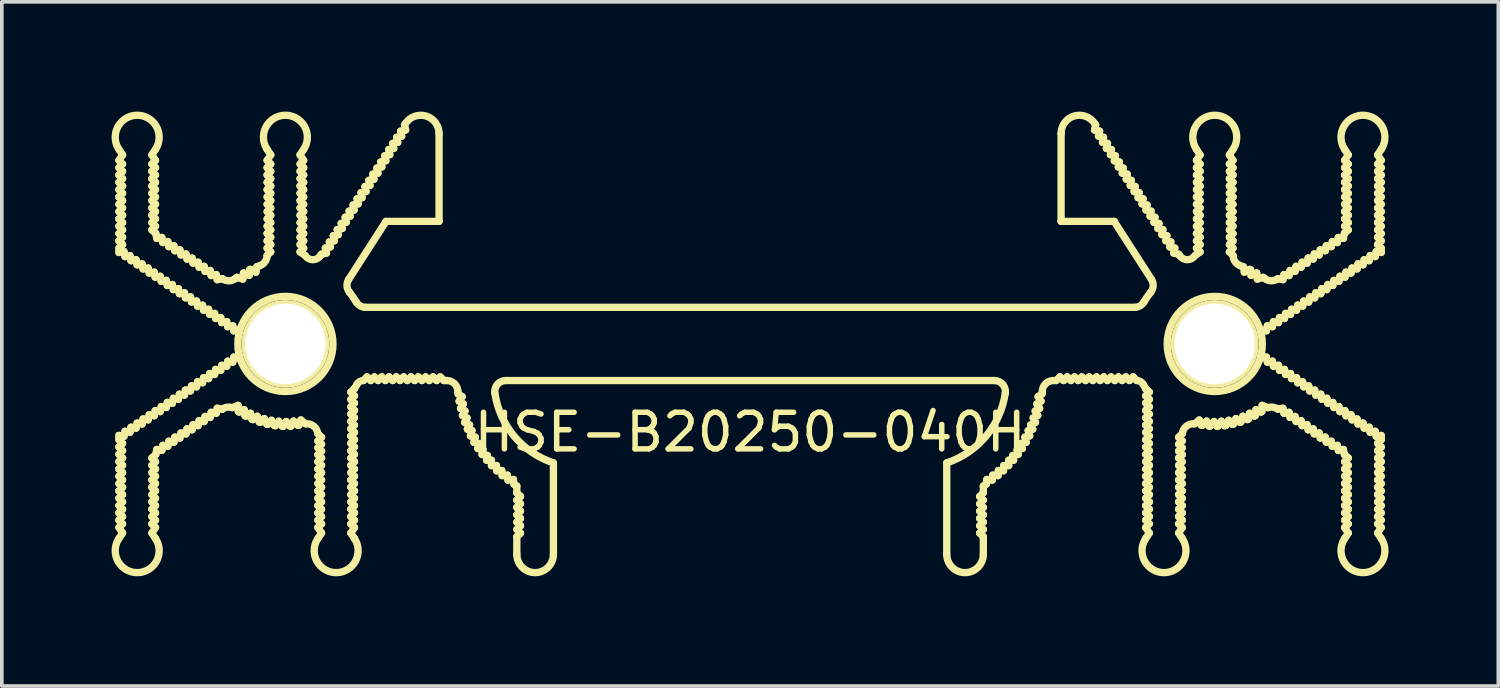
<source format=kicad_pcb>
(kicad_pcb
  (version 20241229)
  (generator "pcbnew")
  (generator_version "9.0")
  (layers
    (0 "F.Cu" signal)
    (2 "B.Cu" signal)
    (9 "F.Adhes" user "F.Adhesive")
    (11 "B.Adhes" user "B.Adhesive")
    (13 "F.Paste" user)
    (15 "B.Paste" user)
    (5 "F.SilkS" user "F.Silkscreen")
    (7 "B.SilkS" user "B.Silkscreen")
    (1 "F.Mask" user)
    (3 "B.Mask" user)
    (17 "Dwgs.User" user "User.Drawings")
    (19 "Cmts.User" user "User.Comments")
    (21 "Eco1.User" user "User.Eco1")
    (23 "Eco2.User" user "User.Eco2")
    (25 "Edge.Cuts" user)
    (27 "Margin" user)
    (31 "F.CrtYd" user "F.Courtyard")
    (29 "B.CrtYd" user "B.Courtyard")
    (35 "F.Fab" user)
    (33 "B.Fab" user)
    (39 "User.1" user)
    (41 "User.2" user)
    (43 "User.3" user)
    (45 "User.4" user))
  (footprint "HSE-B20250-040H"
    (layer "F.Cu")
    (at 17.45 6.35)
    (property "Reference" "HSE-B20250-040H" (at 0 2.413 0) (layer "F.SilkS") (effects (font (size 1 1) (thickness 0.15))))
    (attr through_hole)
    (fp_line (start -17.25 -5.017) (end -17.15 -5.168) (stroke (width 0.2) (type solid)) (layer "F.SilkS"))
    (fp_line (start -17.25 -4.817) (end -17.15 -4.917) (stroke (width 0.2) (type solid)) (layer "F.SilkS"))
    (fp_line (start -17.25 -4.617) (end -17.15 -4.717) (stroke (width 0.2) (type solid)) (layer "F.SilkS"))
    (fp_line (start -17.25 -4.417) (end -17.15 -4.517) (stroke (width 0.2) (type solid)) (layer "F.SilkS"))
    (fp_line (start -17.25 -4.217) (end -17.15 -4.317) (stroke (width 0.2) (type solid)) (layer "F.SilkS"))
    (fp_line (start -17.25 -4.017) (end -17.15 -4.117) (stroke (width 0.2) (type solid)) (layer "F.SilkS"))
    (fp_line (start -17.25 -3.817) (end -17.15 -3.917) (stroke (width 0.2) (type solid)) (layer "F.SilkS"))
    (fp_line (start -17.25 -3.617) (end -17.15 -3.717) (stroke (width 0.2) (type solid)) (layer "F.SilkS"))
    (fp_line (start -17.25 -3.417) (end -17.15 -3.517) (stroke (width 0.2) (type solid)) (layer "F.SilkS"))
    (fp_line (start -17.25 -3.217) (end -17.15 -3.317) (stroke (width 0.2) (type solid)) (layer "F.SilkS"))
    (fp_line (start -17.25 -3.017) (end -17.15 -3.117) (stroke (width 0.2) (type solid)) (layer "F.SilkS"))
    (fp_line (start -17.25 -2.817) (end -17.15 -2.917) (stroke (width 0.2) (type solid)) (layer "F.SilkS"))
    (fp_line (start -17.25 -2.617) (end -17.25 -2.5) (stroke (width 0.2) (type solid)) (layer "F.SilkS"))
    (fp_line (start -17.25 -2.617) (end -17.15 -2.717) (stroke (width 0.2) (type solid)) (layer "F.SilkS"))
    (fp_line (start -17.25 -2.5) (end -17.111 -2.526) (stroke (width 0.2) (type solid)) (layer "F.SilkS"))
    (fp_line (start -17.25 2.5) (end -17.25 2.617) (stroke (width 0.2) (type solid)) (layer "F.SilkS"))
    (fp_line (start -17.25 2.5) (end -17.111 2.526) (stroke (width 0.2) (type solid)) (layer "F.SilkS"))
    (fp_line (start -17.25 2.617) (end -17.15 2.717) (stroke (width 0.2) (type solid)) (layer "F.SilkS"))
    (fp_line (start -17.25 2.817) (end -17.15 2.917) (stroke (width 0.2) (type solid)) (layer "F.SilkS"))
    (fp_line (start -17.25 3.017) (end -17.15 3.117) (stroke (width 0.2) (type solid)) (layer "F.SilkS"))
    (fp_line (start -17.25 3.217) (end -17.15 3.317) (stroke (width 0.2) (type solid)) (layer "F.SilkS"))
    (fp_line (start -17.25 3.417) (end -17.15 3.517) (stroke (width 0.2) (type solid)) (layer "F.SilkS"))
    (fp_line (start -17.25 3.617) (end -17.15 3.717) (stroke (width 0.2) (type solid)) (layer "F.SilkS"))
    (fp_line (start -17.25 3.817) (end -17.15 3.917) (stroke (width 0.2) (type solid)) (layer "F.SilkS"))
    (fp_line (start -17.25 4.017) (end -17.15 4.117) (stroke (width 0.2) (type solid)) (layer "F.SilkS"))
    (fp_line (start -17.25 4.217) (end -17.15 4.317) (stroke (width 0.2) (type solid)) (layer "F.SilkS"))
    (fp_line (start -17.25 4.417) (end -17.15 4.517) (stroke (width 0.2) (type solid)) (layer "F.SilkS"))
    (fp_line (start -17.25 4.617) (end -17.15 4.717) (stroke (width 0.2) (type solid)) (layer "F.SilkS"))
    (fp_line (start -17.25 4.817) (end -17.15 4.917) (stroke (width 0.2) (type solid)) (layer "F.SilkS"))
    (fp_line (start -17.25 5.017) (end -17.15 5.168) (stroke (width 0.2) (type solid)) (layer "F.SilkS"))
    (fp_line (start -17.15 -5.168) (end -17.25 -5.318) (stroke (width 0.2) (type solid)) (layer "F.SilkS"))
    (fp_line (start -17.15 -4.917) (end -17.25 -5.017) (stroke (width 0.2) (type solid)) (layer "F.SilkS"))
    (fp_line (start -17.15 -4.717) (end -17.25 -4.817) (stroke (width 0.2) (type solid)) (layer "F.SilkS"))
    (fp_line (start -17.15 -4.517) (end -17.25 -4.617) (stroke (width 0.2) (type solid)) (layer "F.SilkS"))
    (fp_line (start -17.15 -4.317) (end -17.25 -4.417) (stroke (width 0.2) (type solid)) (layer "F.SilkS"))
    (fp_line (start -17.15 -4.117) (end -17.25 -4.217) (stroke (width 0.2) (type solid)) (layer "F.SilkS"))
    (fp_line (start -17.15 -3.917) (end -17.25 -4.017) (stroke (width 0.2) (type solid)) (layer "F.SilkS"))
    (fp_line (start -17.15 -3.717) (end -17.25 -3.817) (stroke (width 0.2) (type solid)) (layer "F.SilkS"))
    (fp_line (start -17.15 -3.517) (end -17.25 -3.617) (stroke (width 0.2) (type solid)) (layer "F.SilkS"))
    (fp_line (start -17.15 -3.317) (end -17.25 -3.417) (stroke (width 0.2) (type solid)) (layer "F.SilkS"))
    (fp_line (start -17.15 -3.117) (end -17.25 -3.217) (stroke (width 0.2) (type solid)) (layer "F.SilkS"))
    (fp_line (start -17.15 -2.917) (end -17.25 -3.017) (stroke (width 0.2) (type solid)) (layer "F.SilkS"))
    (fp_line (start -17.15 -2.717) (end -17.25 -2.817) (stroke (width 0.2) (type solid)) (layer "F.SilkS"))
    (fp_line (start -17.15 2.717) (end -17.25 2.817) (stroke (width 0.2) (type solid)) (layer "F.SilkS"))
    (fp_line (start -17.15 2.917) (end -17.25 3.017) (stroke (width 0.2) (type solid)) (layer "F.SilkS"))
    (fp_line (start -17.15 3.117) (end -17.25 3.217) (stroke (width 0.2) (type solid)) (layer "F.SilkS"))
    (fp_line (start -17.15 3.317) (end -17.25 3.417) (stroke (width 0.2) (type solid)) (layer "F.SilkS"))
    (fp_line (start -17.15 3.517) (end -17.25 3.617) (stroke (width 0.2) (type solid)) (layer "F.SilkS"))
    (fp_line (start -17.15 3.717) (end -17.25 3.817) (stroke (width 0.2) (type solid)) (layer "F.SilkS"))
    (fp_line (start -17.15 3.917) (end -17.25 4.017) (stroke (width 0.2) (type solid)) (layer "F.SilkS"))
    (fp_line (start -17.15 4.117) (end -17.25 4.217) (stroke (width 0.2) (type solid)) (layer "F.SilkS"))
    (fp_line (start -17.15 4.317) (end -17.25 4.417) (stroke (width 0.2) (type solid)) (layer "F.SilkS"))
    (fp_line (start -17.15 4.517) (end -17.25 4.617) (stroke (width 0.2) (type solid)) (layer "F.SilkS"))
    (fp_line (start -17.15 4.717) (end -17.25 4.817) (stroke (width 0.2) (type solid)) (layer "F.SilkS"))
    (fp_line (start -17.15 4.917) (end -17.25 5.017) (stroke (width 0.2) (type solid)) (layer "F.SilkS"))
    (fp_line (start -17.15 5.168) (end -17.25 5.318) (stroke (width 0.2) (type solid)) (layer "F.SilkS"))
    (fp_line (start -17.111 -2.526) (end -17.085 -2.387) (stroke (width 0.2) (type solid)) (layer "F.SilkS"))
    (fp_line (start -17.111 2.526) (end -17.085 2.387) (stroke (width 0.2) (type solid)) (layer "F.SilkS"))
    (fp_line (start -17.085 -2.387) (end -16.946 -2.413) (stroke (width 0.2) (type solid)) (layer "F.SilkS"))
    (fp_line (start -17.085 2.387) (end -16.946 2.413) (stroke (width 0.2) (type solid)) (layer "F.SilkS"))
    (fp_line (start -16.946 -2.413) (end -16.92 -2.275) (stroke (width 0.2) (type solid)) (layer "F.SilkS"))
    (fp_line (start -16.946 2.413) (end -16.92 2.275) (stroke (width 0.2) (type solid)) (layer "F.SilkS"))
    (fp_line (start -16.92 -2.275) (end -16.781 -2.301) (stroke (width 0.2) (type solid)) (layer "F.SilkS"))
    (fp_line (start -16.92 2.275) (end -16.781 2.301) (stroke (width 0.2) (type solid)) (layer "F.SilkS"))
    (fp_line (start -16.781 -2.301) (end -16.754 -2.162) (stroke (width 0.2) (type solid)) (layer "F.SilkS"))
    (fp_line (start -16.781 2.301) (end -16.754 2.162) (stroke (width 0.2) (type solid)) (layer "F.SilkS"))
    (fp_line (start -16.754 -2.162) (end -16.615 -2.188) (stroke (width 0.2) (type solid)) (layer "F.SilkS"))
    (fp_line (start -16.754 2.162) (end -16.615 2.188) (stroke (width 0.2) (type solid)) (layer "F.SilkS"))
    (fp_line (start -16.615 -2.188) (end -16.589 -2.049) (stroke (width 0.2) (type solid)) (layer "F.SilkS"))
    (fp_line (start -16.615 2.188) (end -16.589 2.049) (stroke (width 0.2) (type solid)) (layer "F.SilkS"))
    (fp_line (start -16.589 -2.049) (end -16.45 -2.075) (stroke (width 0.2) (type solid)) (layer "F.SilkS"))
    (fp_line (start -16.589 2.049) (end -16.45 2.075) (stroke (width 0.2) (type solid)) (layer "F.SilkS"))
    (fp_line (start -16.45 -2.075) (end -16.424 -1.936) (stroke (width 0.2) (type solid)) (layer "F.SilkS"))
    (fp_line (start -16.45 2.075) (end -16.424 1.936) (stroke (width 0.2) (type solid)) (layer "F.SilkS"))
    (fp_line (start -16.424 -1.936) (end -16.285 -1.963) (stroke (width 0.2) (type solid)) (layer "F.SilkS"))
    (fp_line (start -16.424 1.936) (end -16.285 1.963) (stroke (width 0.2) (type solid)) (layer "F.SilkS"))
    (fp_line (start -16.35 -5.168) (end -16.25 -5.318) (stroke (width 0.2) (type solid)) (layer "F.SilkS"))
    (fp_line (start -16.35 -4.917) (end -16.25 -5.017) (stroke (width 0.2) (type solid)) (layer "F.SilkS"))
    (fp_line (start -16.35 -4.717) (end -16.25 -4.817) (stroke (width 0.2) (type solid)) (layer "F.SilkS"))
    (fp_line (start -16.35 -4.517) (end -16.25 -4.617) (stroke (width 0.2) (type solid)) (layer "F.SilkS"))
    (fp_line (start -16.35 -4.317) (end -16.25 -4.417) (stroke (width 0.2) (type solid)) (layer "F.SilkS"))
    (fp_line (start -16.35 -4.117) (end -16.25 -4.217) (stroke (width 0.2) (type solid)) (layer "F.SilkS"))
    (fp_line (start -16.35 -3.917) (end -16.25 -4.017) (stroke (width 0.2) (type solid)) (layer "F.SilkS"))
    (fp_line (start -16.35 -3.717) (end -16.25 -3.817) (stroke (width 0.2) (type solid)) (layer "F.SilkS"))
    (fp_line (start -16.35 -3.517) (end -16.25 -3.617) (stroke (width 0.2) (type solid)) (layer "F.SilkS"))
    (fp_line (start -16.35 -3.317) (end -16.25 -3.417) (stroke (width 0.2) (type solid)) (layer "F.SilkS"))
    (fp_line (start -16.35 -3.117) (end -16.25 -3.217) (stroke (width 0.2) (type solid)) (layer "F.SilkS"))
    (fp_line (start -16.35 3.117) (end -16.25 3.217) (stroke (width 0.2) (type solid)) (layer "F.SilkS"))
    (fp_line (start -16.35 3.317) (end -16.25 3.417) (stroke (width 0.2) (type solid)) (layer "F.SilkS"))
    (fp_line (start -16.35 3.517) (end -16.25 3.617) (stroke (width 0.2) (type solid)) (layer "F.SilkS"))
    (fp_line (start -16.35 3.717) (end -16.25 3.817) (stroke (width 0.2) (type solid)) (layer "F.SilkS"))
    (fp_line (start -16.35 3.917) (end -16.25 4.017) (stroke (width 0.2) (type solid)) (layer "F.SilkS"))
    (fp_line (start -16.35 4.117) (end -16.25 4.217) (stroke (width 0.2) (type solid)) (layer "F.SilkS"))
    (fp_line (start -16.35 4.317) (end -16.25 4.417) (stroke (width 0.2) (type solid)) (layer "F.SilkS"))
    (fp_line (start -16.35 4.517) (end -16.25 4.617) (stroke (width 0.2) (type solid)) (layer "F.SilkS"))
    (fp_line (start -16.35 4.717) (end -16.25 4.817) (stroke (width 0.2) (type solid)) (layer "F.SilkS"))
    (fp_line (start -16.35 4.917) (end -16.25 5.017) (stroke (width 0.2) (type solid)) (layer "F.SilkS"))
    (fp_line (start -16.35 5.168) (end -16.25 5.318) (stroke (width 0.2) (type solid)) (layer "F.SilkS"))
    (fp_line (start -16.285 -1.963) (end -16.259 -1.824) (stroke (width 0.2) (type solid)) (layer "F.SilkS"))
    (fp_line (start -16.285 1.963) (end -16.259 1.824) (stroke (width 0.2) (type solid)) (layer "F.SilkS"))
    (fp_line (start -16.259 -1.824) (end -16.12 -1.85) (stroke (width 0.2) (type solid)) (layer "F.SilkS"))
    (fp_line (start -16.259 1.824) (end -16.12 1.85) (stroke (width 0.2) (type solid)) (layer "F.SilkS"))
    (fp_line (start -16.25 -5.017) (end -16.35 -5.168) (stroke (width 0.2) (type solid)) (layer "F.SilkS"))
    (fp_line (start -16.25 -4.817) (end -16.35 -4.917) (stroke (width 0.2) (type solid)) (layer "F.SilkS"))
    (fp_line (start -16.25 -4.617) (end -16.35 -4.717) (stroke (width 0.2) (type solid)) (layer "F.SilkS"))
    (fp_line (start -16.25 -4.417) (end -16.35 -4.517) (stroke (width 0.2) (type solid)) (layer "F.SilkS"))
    (fp_line (start -16.25 -4.217) (end -16.35 -4.317) (stroke (width 0.2) (type solid)) (layer "F.SilkS"))
    (fp_line (start -16.25 -4.017) (end -16.35 -4.117) (stroke (width 0.2) (type solid)) (layer "F.SilkS"))
    (fp_line (start -16.25 -3.817) (end -16.35 -3.917) (stroke (width 0.2) (type solid)) (layer "F.SilkS"))
    (fp_line (start -16.25 -3.617) (end -16.35 -3.717) (stroke (width 0.2) (type solid)) (layer "F.SilkS"))
    (fp_line (start -16.25 -3.417) (end -16.35 -3.517) (stroke (width 0.2) (type solid)) (layer "F.SilkS"))
    (fp_line (start -16.25 -3.217) (end -16.35 -3.317) (stroke (width 0.2) (type solid)) (layer "F.SilkS"))
    (fp_line (start -16.25 -3.028) (end -16.35 -3.117) (stroke (width 0.2) (type solid)) (layer "F.SilkS"))
    (fp_line (start -16.25 3.028) (end -16.35 3.117) (stroke (width 0.2) (type solid)) (layer "F.SilkS"))
    (fp_line (start -16.25 3.028) (end -16.243 3.023) (stroke (width 0.2) (type solid)) (layer "F.SilkS"))
    (fp_line (start -16.25 3.217) (end -16.35 3.317) (stroke (width 0.2) (type solid)) (layer "F.SilkS"))
    (fp_line (start -16.25 3.417) (end -16.35 3.517) (stroke (width 0.2) (type solid)) (layer "F.SilkS"))
    (fp_line (start -16.25 3.617) (end -16.35 3.717) (stroke (width 0.2) (type solid)) (layer "F.SilkS"))
    (fp_line (start -16.25 3.817) (end -16.35 3.917) (stroke (width 0.2) (type solid)) (layer "F.SilkS"))
    (fp_line (start -16.25 4.017) (end -16.35 4.117) (stroke (width 0.2) (type solid)) (layer "F.SilkS"))
    (fp_line (start -16.25 4.217) (end -16.35 4.317) (stroke (width 0.2) (type solid)) (layer "F.SilkS"))
    (fp_line (start -16.25 4.417) (end -16.35 4.517) (stroke (width 0.2) (type solid)) (layer "F.SilkS"))
    (fp_line (start -16.25 4.617) (end -16.35 4.717) (stroke (width 0.2) (type solid)) (layer "F.SilkS"))
    (fp_line (start -16.25 4.817) (end -16.35 4.917) (stroke (width 0.2) (type solid)) (layer "F.SilkS"))
    (fp_line (start -16.25 5.017) (end -16.35 5.168) (stroke (width 0.2) (type solid)) (layer "F.SilkS"))
    (fp_line (start -16.243 -3.023) (end -16.25 -3.028) (stroke (width 0.2) (type solid)) (layer "F.SilkS"))
    (fp_line (start -16.243 -3.023) (end -16.216 -2.884) (stroke (width 0.2) (type solid)) (layer "F.SilkS"))
    (fp_line (start -16.243 3.023) (end -16.216 2.884) (stroke (width 0.2) (type solid)) (layer "F.SilkS"))
    (fp_line (start -16.216 -2.884) (end -16.077 -2.91) (stroke (width 0.2) (type solid)) (layer "F.SilkS"))
    (fp_line (start -16.216 2.884) (end -16.077 2.91) (stroke (width 0.2) (type solid)) (layer "F.SilkS"))
    (fp_line (start -16.12 -1.85) (end -16.094 -1.711) (stroke (width 0.2) (type solid)) (layer "F.SilkS"))
    (fp_line (start -16.12 1.85) (end -16.094 1.711) (stroke (width 0.2) (type solid)) (layer "F.SilkS"))
    (fp_line (start -16.094 -1.711) (end -15.955 -1.737) (stroke (width 0.2) (type solid)) (layer "F.SilkS"))
    (fp_line (start -16.094 1.711) (end -15.955 1.737) (stroke (width 0.2) (type solid)) (layer "F.SilkS"))
    (fp_line (start -16.077 -2.91) (end -16.051 -2.771) (stroke (width 0.2) (type solid)) (layer "F.SilkS"))
    (fp_line (start -16.077 2.91) (end -16.051 2.771) (stroke (width 0.2) (type solid)) (layer "F.SilkS"))
    (fp_line (start -16.051 -2.771) (end -15.912 -2.798) (stroke (width 0.2) (type solid)) (layer "F.SilkS"))
    (fp_line (start -16.051 2.771) (end -15.912 2.798) (stroke (width 0.2) (type solid)) (layer "F.SilkS"))
    (fp_line (start -15.955 -1.737) (end -15.928 -1.598) (stroke (width 0.2) (type solid)) (layer "F.SilkS"))
    (fp_line (start -15.955 1.737) (end -15.928 1.598) (stroke (width 0.2) (type solid)) (layer "F.SilkS"))
    (fp_line (start -15.928 -1.598) (end -15.789 -1.624) (stroke (width 0.2) (type solid)) (layer "F.SilkS"))
    (fp_line (start -15.928 1.598) (end -15.789 1.624) (stroke (width 0.2) (type solid)) (layer "F.SilkS"))
    (fp_line (start -15.912 -2.798) (end -15.886 -2.659) (stroke (width 0.2) (type solid)) (layer "F.SilkS"))
    (fp_line (start -15.912 2.798) (end -15.886 2.659) (stroke (width 0.2) (type solid)) (layer "F.SilkS"))
    (fp_line (start -15.886 -2.659) (end -15.747 -2.685) (stroke (width 0.2) (type solid)) (layer "F.SilkS"))
    (fp_line (start -15.886 2.659) (end -15.747 2.685) (stroke (width 0.2) (type solid)) (layer "F.SilkS"))
    (fp_line (start -15.789 -1.624) (end -15.763 -1.485) (stroke (width 0.2) (type solid)) (layer "F.SilkS"))
    (fp_line (start -15.789 1.624) (end -15.763 1.485) (stroke (width 0.2) (type solid)) (layer "F.SilkS"))
    (fp_line (start -15.763 -1.485) (end -15.624 -1.512) (stroke (width 0.2) (type solid)) (layer "F.SilkS"))
    (fp_line (start -15.763 1.485) (end -15.624 1.512) (stroke (width 0.2) (type solid)) (layer "F.SilkS"))
    (fp_line (start -15.747 -2.685) (end -15.721 -2.546) (stroke (width 0.2) (type solid)) (layer "F.SilkS"))
    (fp_line (start -15.747 2.685) (end -15.721 2.546) (stroke (width 0.2) (type solid)) (layer "F.SilkS"))
    (fp_line (start -15.721 -2.546) (end -15.582 -2.572) (stroke (width 0.2) (type solid)) (layer "F.SilkS"))
    (fp_line (start -15.721 2.546) (end -15.582 2.572) (stroke (width 0.2) (type solid)) (layer "F.SilkS"))
    (fp_line (start -15.624 -1.512) (end -15.598 -1.373) (stroke (width 0.2) (type solid)) (layer "F.SilkS"))
    (fp_line (start -15.624 1.512) (end -15.598 1.373) (stroke (width 0.2) (type solid)) (layer "F.SilkS"))
    (fp_line (start -15.598 -1.373) (end -15.459 -1.399) (stroke (width 0.2) (type solid)) (layer "F.SilkS"))
    (fp_line (start -15.598 1.373) (end -15.459 1.399) (stroke (width 0.2) (type solid)) (layer "F.SilkS"))
    (fp_line (start -15.582 -2.572) (end -15.556 -2.433) (stroke (width 0.2) (type solid)) (layer "F.SilkS"))
    (fp_line (start -15.582 2.572) (end -15.556 2.433) (stroke (width 0.2) (type solid)) (layer "F.SilkS"))
    (fp_line (start -15.556 -2.433) (end -15.417 -2.459) (stroke (width 0.2) (type solid)) (layer "F.SilkS"))
    (fp_line (start -15.556 2.433) (end -15.417 2.459) (stroke (width 0.2) (type solid)) (layer "F.SilkS"))
    (fp_line (start -15.459 -1.399) (end -15.433 -1.26) (stroke (width 0.2) (type solid)) (layer "F.SilkS"))
    (fp_line (start -15.459 1.399) (end -15.433 1.26) (stroke (width 0.2) (type solid)) (layer "F.SilkS"))
    (fp_line (start -15.433 -1.26) (end -15.294 -1.286) (stroke (width 0.2) (type solid)) (layer "F.SilkS"))
    (fp_line (start -15.433 1.26) (end -15.294 1.286) (stroke (width 0.2) (type solid)) (layer "F.SilkS"))
    (fp_line (start -15.39 -2.32) (end -15.417 -2.459) (stroke (width 0.2) (type solid)) (layer "F.SilkS"))
    (fp_line (start -15.39 2.32) (end -15.417 2.459) (stroke (width 0.2) (type solid)) (layer "F.SilkS"))
    (fp_line (start -15.294 -1.286) (end -15.268 -1.147) (stroke (width 0.2) (type solid)) (layer "F.SilkS"))
    (fp_line (start -15.294 1.286) (end -15.268 1.147) (stroke (width 0.2) (type solid)) (layer "F.SilkS"))
    (fp_line (start -15.268 -1.147) (end -15.129 -1.173) (stroke (width 0.2) (type solid)) (layer "F.SilkS"))
    (fp_line (start -15.268 1.147) (end -15.129 1.173) (stroke (width 0.2) (type solid)) (layer "F.SilkS"))
    (fp_line (start -15.251 -2.347) (end -15.39 -2.32) (stroke (width 0.2) (type solid)) (layer "F.SilkS"))
    (fp_line (start -15.251 2.347) (end -15.39 2.32) (stroke (width 0.2) (type solid)) (layer "F.SilkS"))
    (fp_line (start -15.225 -2.208) (end -15.251 -2.347) (stroke (width 0.2) (type solid)) (layer "F.SilkS"))
    (fp_line (start -15.225 2.208) (end -15.251 2.347) (stroke (width 0.2) (type solid)) (layer "F.SilkS"))
    (fp_line (start -15.129 -1.173) (end -15.102 -1.034) (stroke (width 0.2) (type solid)) (layer "F.SilkS"))
    (fp_line (start -15.129 1.173) (end -15.102 1.034) (stroke (width 0.2) (type solid)) (layer "F.SilkS"))
    (fp_line (start -15.102 -1.034) (end -14.964 -1.061) (stroke (width 0.2) (type solid)) (layer "F.SilkS"))
    (fp_line (start -15.102 1.034) (end -14.964 1.061) (stroke (width 0.2) (type solid)) (layer "F.SilkS"))
    (fp_line (start -15.086 -2.234) (end -15.225 -2.208) (stroke (width 0.2) (type solid)) (layer "F.SilkS"))
    (fp_line (start -15.086 2.234) (end -15.225 2.208) (stroke (width 0.2) (type solid)) (layer "F.SilkS"))
    (fp_line (start -15.06 -2.095) (end -15.086 -2.234) (stroke (width 0.2) (type solid)) (layer "F.SilkS"))
    (fp_line (start -15.06 2.095) (end -15.086 2.234) (stroke (width 0.2) (type solid)) (layer "F.SilkS"))
    (fp_line (start -14.964 -1.061) (end -14.937 -0.922) (stroke (width 0.2) (type solid)) (layer "F.SilkS"))
    (fp_line (start -14.964 1.061) (end -14.937 0.922) (stroke (width 0.2) (type solid)) (layer "F.SilkS"))
    (fp_line (start -14.937 -0.922) (end -14.798 -0.948) (stroke (width 0.2) (type solid)) (layer "F.SilkS"))
    (fp_line (start -14.937 0.922) (end -14.798 0.948) (stroke (width 0.2) (type solid)) (layer "F.SilkS"))
    (fp_line (start -14.921 -2.121) (end -15.06 -2.095) (stroke (width 0.2) (type solid)) (layer "F.SilkS"))
    (fp_line (start -14.921 2.121) (end -15.06 2.095) (stroke (width 0.2) (type solid)) (layer "F.SilkS"))
    (fp_line (start -14.895 -1.982) (end -14.921 -2.121) (stroke (width 0.2) (type solid)) (layer "F.SilkS"))
    (fp_line (start -14.895 1.982) (end -14.921 2.121) (stroke (width 0.2) (type solid)) (layer "F.SilkS"))
    (fp_line (start -14.798 -0.948) (end -14.772 -0.809) (stroke (width 0.2) (type solid)) (layer "F.SilkS"))
    (fp_line (start -14.798 0.948) (end -14.772 0.809) (stroke (width 0.2) (type solid)) (layer "F.SilkS"))
    (fp_line (start -14.772 -0.809) (end -14.633 -0.835) (stroke (width 0.2) (type solid)) (layer "F.SilkS"))
    (fp_line (start -14.772 0.809) (end -14.633 0.835) (stroke (width 0.2) (type solid)) (layer "F.SilkS"))
    (fp_line (start -14.756 -2.008) (end -14.895 -1.982) (stroke (width 0.2) (type solid)) (layer "F.SilkS"))
    (fp_line (start -14.756 2.008) (end -14.895 1.982) (stroke (width 0.2) (type solid)) (layer "F.SilkS"))
    (fp_line (start -14.73 -1.869) (end -14.756 -2.008) (stroke (width 0.2) (type solid)) (layer "F.SilkS"))
    (fp_line (start -14.73 1.869) (end -14.756 2.008) (stroke (width 0.2) (type solid)) (layer "F.SilkS"))
    (fp_line (start -14.633 -0.835) (end -14.607 -0.696) (stroke (width 0.2) (type solid)) (layer "F.SilkS"))
    (fp_line (start -14.633 0.835) (end -14.607 0.696) (stroke (width 0.2) (type solid)) (layer "F.SilkS"))
    (fp_line (start -14.607 -0.696) (end -14.468 -0.722) (stroke (width 0.2) (type solid)) (layer "F.SilkS"))
    (fp_line (start -14.607 0.696) (end -14.468 0.722) (stroke (width 0.2) (type solid)) (layer "F.SilkS"))
    (fp_line (start -14.591 -1.896) (end -14.73 -1.869) (stroke (width 0.2) (type solid)) (layer "F.SilkS"))
    (fp_line (start -14.591 1.896) (end -14.73 1.869) (stroke (width 0.2) (type solid)) (layer "F.SilkS"))
    (fp_line (start -14.564 -1.757) (end -14.591 -1.896) (stroke (width 0.2) (type solid)) (layer "F.SilkS"))
    (fp_line (start -14.564 1.757) (end -14.591 1.896) (stroke (width 0.2) (type solid)) (layer "F.SilkS"))
    (fp_line (start -14.468 -0.722) (end -14.442 -0.583) (stroke (width 0.2) (type solid)) (layer "F.SilkS"))
    (fp_line (start -14.468 0.722) (end -14.442 0.583) (stroke (width 0.2) (type solid)) (layer "F.SilkS"))
    (fp_line (start -14.442 -0.583) (end -14.303 -0.61) (stroke (width 0.2) (type solid)) (layer "F.SilkS"))
    (fp_line (start -14.442 0.583) (end -14.303 0.61) (stroke (width 0.2) (type solid)) (layer "F.SilkS"))
    (fp_line (start -14.425 -1.783) (end -14.564 -1.757) (stroke (width 0.2) (type solid)) (layer "F.SilkS"))
    (fp_line (start -14.425 1.783) (end -14.564 1.757) (stroke (width 0.2) (type solid)) (layer "F.SilkS"))
    (fp_line (start -14.425 1.783) (end -14.418 1.778) (stroke (width 0.2) (type solid)) (layer "F.SilkS"))
    (fp_line (start -14.418 -1.778) (end -14.425 -1.783) (stroke (width 0.2) (type solid)) (layer "F.SilkS"))
    (fp_line (start -14.303 -0.61) (end -14.277 -0.471) (stroke (width 0.2) (type solid)) (layer "F.SilkS"))
    (fp_line (start -14.303 0.61) (end -14.277 0.471) (stroke (width 0.2) (type solid)) (layer "F.SilkS"))
    (fp_line (start -14.277 -0.471) (end -14.138 -0.497) (stroke (width 0.2) (type solid)) (layer "F.SilkS"))
    (fp_line (start -14.277 0.471) (end -14.138 0.497) (stroke (width 0.2) (type solid)) (layer "F.SilkS"))
    (fp_line (start -14.138 -0.497) (end -14.111 -0.358) (stroke (width 0.2) (type solid)) (layer "F.SilkS"))
    (fp_line (start -14.138 0.497) (end -14.111 0.358) (stroke (width 0.2) (type solid)) (layer "F.SilkS"))
    (fp_line (start -14.111 -0.358) (end -13.972 -0.384) (stroke (width 0.2) (type solid)) (layer "F.SilkS"))
    (fp_line (start -14.111 0.358) (end -13.972 0.384) (stroke (width 0.2) (type solid)) (layer "F.SilkS"))
    (fp_line (start -14.023 -1.82) (end -13.864 -1.772) (stroke (width 0.2) (type solid)) (layer "F.SilkS"))
    (fp_line (start -13.994 1.679) (end -14.154 1.741) (stroke (width 0.2) (type solid)) (layer "F.SilkS"))
    (fp_line (start -13.987 1.845) (end -13.994 1.679) (stroke (width 0.2) (type solid)) (layer "F.SilkS"))
    (fp_line (start -13.972 -0.384) (end -13.96 -0.319) (stroke (width 0.2) (type solid)) (layer "F.SilkS"))
    (fp_line (start -13.972 0.384) (end -13.96 0.319) (stroke (width 0.2) (type solid)) (layer "F.SilkS"))
    (fp_line (start -13.864 -1.772) (end -13.845 -1.937) (stroke (width 0.2) (type solid)) (layer "F.SilkS"))
    (fp_line (start -13.844 -1.938) (end -13.845 -1.937) (stroke (width 0.2) (type solid)) (layer "F.SilkS"))
    (fp_line (start -13.844 -1.938) (end -13.69 -1.875) (stroke (width 0.2) (type solid)) (layer "F.SilkS"))
    (fp_line (start -13.828 1.795) (end -13.963 1.862) (stroke (width 0.2) (type solid)) (layer "F.SilkS"))
    (fp_line (start -13.806 1.959) (end -13.828 1.795) (stroke (width 0.2) (type solid)) (layer "F.SilkS"))
    (fp_line (start -13.69 -1.875) (end -13.681 -2.025) (stroke (width 0.2) (type solid)) (layer "F.SilkS"))
    (fp_line (start -13.654 -2.038) (end -13.507 -1.96) (stroke (width 0.2) (type solid)) (layer "F.SilkS"))
    (fp_line (start -13.653 1.894) (end -13.78 1.974) (stroke (width 0.2) (type solid)) (layer "F.SilkS"))
    (fp_line (start -13.615 2.056) (end -13.653 1.894) (stroke (width 0.2) (type solid)) (layer "F.SilkS"))
    (fp_line (start -13.507 -1.96) (end -13.484 -2.109) (stroke (width 0.2) (type solid)) (layer "F.SilkS"))
    (fp_line (start -13.468 1.976) (end -13.588 2.067) (stroke (width 0.2) (type solid)) (layer "F.SilkS"))
    (fp_line (start -13.415 2.133) (end -13.468 1.976) (stroke (width 0.2) (type solid)) (layer "F.SilkS"))
    (fp_line (start -13.277 2.04) (end -13.387 2.142) (stroke (width 0.2) (type solid)) (layer "F.SilkS"))
    (fp_line (start -13.209 2.192) (end -13.277 2.04) (stroke (width 0.2) (type solid)) (layer "F.SilkS"))
    (fp_line (start -13.2 -2.417) (end -13.1 -2.517) (stroke (width 0.2) (type solid)) (layer "F.SilkS"))
    (fp_line (start -13.2 -5.017) (end -13.1 -5.168) (stroke (width 0.2) (type solid)) (layer "F.SilkS"))
    (fp_line (start -13.2 -4.817) (end -13.1 -4.917) (stroke (width 0.2) (type solid)) (layer "F.SilkS"))
    (fp_line (start -13.2 -4.617) (end -13.1 -4.717) (stroke (width 0.2) (type solid)) (layer "F.SilkS"))
    (fp_line (start -13.2 -4.417) (end -13.1 -4.517) (stroke (width 0.2) (type solid)) (layer "F.SilkS"))
    (fp_line (start -13.2 -4.217) (end -13.1 -4.317) (stroke (width 0.2) (type solid)) (layer "F.SilkS"))
    (fp_line (start -13.2 -4.017) (end -13.1 -4.117) (stroke (width 0.2) (type solid)) (layer "F.SilkS"))
    (fp_line (start -13.2 -3.817) (end -13.1 -3.917) (stroke (width 0.2) (type solid)) (layer "F.SilkS"))
    (fp_line (start -13.2 -3.617) (end -13.1 -3.717) (stroke (width 0.2) (type solid)) (layer "F.SilkS"))
    (fp_line (start -13.2 -3.417) (end -13.1 -3.517) (stroke (width 0.2) (type solid)) (layer "F.SilkS"))
    (fp_line (start -13.2 -3.217) (end -13.1 -3.317) (stroke (width 0.2) (type solid)) (layer "F.SilkS"))
    (fp_line (start -13.2 -3.017) (end -13.1 -3.117) (stroke (width 0.2) (type solid)) (layer "F.SilkS"))
    (fp_line (start -13.2 -2.817) (end -13.1 -2.917) (stroke (width 0.2) (type solid)) (layer "F.SilkS"))
    (fp_line (start -13.2 -2.617) (end -13.1 -2.717) (stroke (width 0.2) (type solid)) (layer "F.SilkS"))
    (fp_line (start -13.1 -5.168) (end -13.2 -5.318) (stroke (width 0.2) (type solid)) (layer "F.SilkS"))
    (fp_line (start -13.1 -4.917) (end -13.2 -5.017) (stroke (width 0.2) (type solid)) (layer "F.SilkS"))
    (fp_line (start -13.1 -4.717) (end -13.2 -4.817) (stroke (width 0.2) (type solid)) (layer "F.SilkS"))
    (fp_line (start -13.1 -4.517) (end -13.2 -4.617) (stroke (width 0.2) (type solid)) (layer "F.SilkS"))
    (fp_line (start -13.1 -4.317) (end -13.2 -4.417) (stroke (width 0.2) (type solid)) (layer "F.SilkS"))
    (fp_line (start -13.1 -4.117) (end -13.2 -4.217) (stroke (width 0.2) (type solid)) (layer "F.SilkS"))
    (fp_line (start -13.1 -3.917) (end -13.2 -4.017) (stroke (width 0.2) (type solid)) (layer "F.SilkS"))
    (fp_line (start -13.1 -3.717) (end -13.2 -3.817) (stroke (width 0.2) (type solid)) (layer "F.SilkS"))
    (fp_line (start -13.1 -3.517) (end -13.2 -3.617) (stroke (width 0.2) (type solid)) (layer "F.SilkS"))
    (fp_line (start -13.1 -3.317) (end -13.2 -3.417) (stroke (width 0.2) (type solid)) (layer "F.SilkS"))
    (fp_line (start -13.1 -3.117) (end -13.2 -3.217) (stroke (width 0.2) (type solid)) (layer "F.SilkS"))
    (fp_line (start -13.1 -2.917) (end -13.2 -3.017) (stroke (width 0.2) (type solid)) (layer "F.SilkS"))
    (fp_line (start -13.1 -2.717) (end -13.2 -2.817) (stroke (width 0.2) (type solid)) (layer "F.SilkS"))
    (fp_line (start -13.1 -2.517) (end -13.2 -2.617) (stroke (width 0.2) (type solid)) (layer "F.SilkS"))
    (fp_line (start -13.08 2.086) (end -13.181 2.198) (stroke (width 0.2) (type solid)) (layer "F.SilkS"))
    (fp_line (start -12.999 2.23) (end -13.08 2.086) (stroke (width 0.2) (type solid)) (layer "F.SilkS"))
    (fp_line (start -12.88 2.112) (end -12.969 2.234) (stroke (width 0.2) (type solid)) (layer "F.SilkS"))
    (fp_line (start -12.785 2.248) (end -12.88 2.112) (stroke (width 0.2) (type solid)) (layer "F.SilkS"))
    (fp_line (start -12.679 2.12) (end -12.756 2.249) (stroke (width 0.2) (type solid)) (layer "F.SilkS"))
    (fp_line (start -12.571 2.246) (end -12.679 2.12) (stroke (width 0.2) (type solid)) (layer "F.SilkS"))
    (fp_line (start -12.477 2.108) (end -12.542 2.244) (stroke (width 0.2) (type solid)) (layer "F.SilkS"))
    (fp_line (start -12.358 2.224) (end -12.477 2.108) (stroke (width 0.2) (type solid)) (layer "F.SilkS"))
    (fp_line (start -12.3 -5.168) (end -12.2 -5.318) (stroke (width 0.2) (type solid)) (layer "F.SilkS"))
    (fp_line (start -12.3 -4.917) (end -12.2 -5.017) (stroke (width 0.2) (type solid)) (layer "F.SilkS"))
    (fp_line (start -12.3 -4.717) (end -12.2 -4.817) (stroke (width 0.2) (type solid)) (layer "F.SilkS"))
    (fp_line (start -12.3 -4.517) (end -12.2 -4.617) (stroke (width 0.2) (type solid)) (layer "F.SilkS"))
    (fp_line (start -12.3 -4.317) (end -12.2 -4.417) (stroke (width 0.2) (type solid)) (layer "F.SilkS"))
    (fp_line (start -12.3 -4.117) (end -12.2 -4.217) (stroke (width 0.2) (type solid)) (layer "F.SilkS"))
    (fp_line (start -12.3 -3.917) (end -12.2 -4.017) (stroke (width 0.2) (type solid)) (layer "F.SilkS"))
    (fp_line (start -12.3 -3.717) (end -12.2 -3.817) (stroke (width 0.2) (type solid)) (layer "F.SilkS"))
    (fp_line (start -12.3 -3.517) (end -12.2 -3.617) (stroke (width 0.2) (type solid)) (layer "F.SilkS"))
    (fp_line (start -12.3 -3.317) (end -12.2 -3.417) (stroke (width 0.2) (type solid)) (layer "F.SilkS"))
    (fp_line (start -12.3 -3.117) (end -12.2 -3.217) (stroke (width 0.2) (type solid)) (layer "F.SilkS"))
    (fp_line (start -12.3 -2.917) (end -12.2 -3.017) (stroke (width 0.2) (type solid)) (layer "F.SilkS"))
    (fp_line (start -12.3 -2.717) (end -12.2 -2.817) (stroke (width 0.2) (type solid)) (layer "F.SilkS"))
    (fp_line (start -12.3 -2.517) (end -12.2 -2.617) (stroke (width 0.2) (type solid)) (layer "F.SilkS"))
    (fp_line (start -12.278 2.078) (end -12.329 2.219) (stroke (width 0.2) (type solid)) (layer "F.SilkS"))
    (fp_line (start -12.2 -5.017) (end -12.3 -5.168) (stroke (width 0.2) (type solid)) (layer "F.SilkS"))
    (fp_line (start -12.2 -4.817) (end -12.3 -4.917) (stroke (width 0.2) (type solid)) (layer "F.SilkS"))
    (fp_line (start -12.2 -4.617) (end -12.3 -4.717) (stroke (width 0.2) (type solid)) (layer "F.SilkS"))
    (fp_line (start -12.2 -4.417) (end -12.3 -4.517) (stroke (width 0.2) (type solid)) (layer "F.SilkS"))
    (fp_line (start -12.2 -4.217) (end -12.3 -4.317) (stroke (width 0.2) (type solid)) (layer "F.SilkS"))
    (fp_line (start -12.2 -4.017) (end -12.3 -4.117) (stroke (width 0.2) (type solid)) (layer "F.SilkS"))
    (fp_line (start -12.2 -3.817) (end -12.3 -3.917) (stroke (width 0.2) (type solid)) (layer "F.SilkS"))
    (fp_line (start -12.2 -3.617) (end -12.3 -3.717) (stroke (width 0.2) (type solid)) (layer "F.SilkS"))
    (fp_line (start -12.2 -3.417) (end -12.3 -3.517) (stroke (width 0.2) (type solid)) (layer "F.SilkS"))
    (fp_line (start -12.2 -3.217) (end -12.3 -3.317) (stroke (width 0.2) (type solid)) (layer "F.SilkS"))
    (fp_line (start -12.2 -3.017) (end -12.3 -3.117) (stroke (width 0.2) (type solid)) (layer "F.SilkS"))
    (fp_line (start -12.2 -2.817) (end -12.3 -2.917) (stroke (width 0.2) (type solid)) (layer "F.SilkS"))
    (fp_line (start -12.2 -2.617) (end -12.3 -2.717) (stroke (width 0.2) (type solid)) (layer "F.SilkS"))
    (fp_line (start -12.161 -2.417) (end -12.3 -2.517) (stroke (width 0.2) (type solid)) (layer "F.SilkS"))
    (fp_line (start -12.146 2.183) (end -12.278 2.078) (stroke (width 0.2) (type solid)) (layer "F.SilkS"))
    (fp_line (start -11.814 2.451) (end -11.712 2.551) (stroke (width 0.2) (type solid)) (layer "F.SilkS"))
    (fp_line (start -11.812 2.651) (end -11.712 2.74) (stroke (width 0.2) (type solid)) (layer "F.SilkS"))
    (fp_line (start -11.812 2.84) (end -11.712 2.928) (stroke (width 0.2) (type solid)) (layer "F.SilkS"))
    (fp_line (start -11.812 3.028) (end -11.712 3.117) (stroke (width 0.2) (type solid)) (layer "F.SilkS"))
    (fp_line (start -11.812 3.217) (end -11.712 3.317) (stroke (width 0.2) (type solid)) (layer "F.SilkS"))
    (fp_line (start -11.812 3.417) (end -11.712 3.517) (stroke (width 0.2) (type solid)) (layer "F.SilkS"))
    (fp_line (start -11.812 3.617) (end -11.712 3.717) (stroke (width 0.2) (type solid)) (layer "F.SilkS"))
    (fp_line (start -11.812 3.817) (end -11.712 3.917) (stroke (width 0.2) (type solid)) (layer "F.SilkS"))
    (fp_line (start -11.812 4.017) (end -11.712 4.117) (stroke (width 0.2) (type solid)) (layer "F.SilkS"))
    (fp_line (start -11.812 4.217) (end -11.712 4.317) (stroke (width 0.2) (type solid)) (layer "F.SilkS"))
    (fp_line (start -11.812 4.417) (end -11.712 4.517) (stroke (width 0.2) (type solid)) (layer "F.SilkS"))
    (fp_line (start -11.812 4.617) (end -11.712 4.717) (stroke (width 0.2) (type solid)) (layer "F.SilkS"))
    (fp_line (start -11.812 4.817) (end -11.712 4.917) (stroke (width 0.2) (type solid)) (layer "F.SilkS"))
    (fp_line (start -11.812 5.017) (end -11.712 5.168) (stroke (width 0.2) (type solid)) (layer "F.SilkS"))
    (fp_line (start -11.716 -2.452) (end -11.74 -2.416) (stroke (width 0.2) (type solid)) (layer "F.SilkS"))
    (fp_line (start -11.716 -2.452) (end -11.578 -2.482) (stroke (width 0.2) (type solid)) (layer "F.SilkS"))
    (fp_line (start -11.712 2.551) (end -11.812 2.651) (stroke (width 0.2) (type solid)) (layer "F.SilkS"))
    (fp_line (start -11.712 2.74) (end -11.812 2.84) (stroke (width 0.2) (type solid)) (layer "F.SilkS"))
    (fp_line (start -11.712 2.928) (end -11.812 3.028) (stroke (width 0.2) (type solid)) (layer "F.SilkS"))
    (fp_line (start -11.712 3.117) (end -11.812 3.217) (stroke (width 0.2) (type solid)) (layer "F.SilkS"))
    (fp_line (start -11.712 3.317) (end -11.812 3.417) (stroke (width 0.2) (type solid)) (layer "F.SilkS"))
    (fp_line (start -11.712 3.517) (end -11.812 3.617) (stroke (width 0.2) (type solid)) (layer "F.SilkS"))
    (fp_line (start -11.712 3.717) (end -11.812 3.817) (stroke (width 0.2) (type solid)) (layer "F.SilkS"))
    (fp_line (start -11.712 3.917) (end -11.812 4.017) (stroke (width 0.2) (type solid)) (layer "F.SilkS"))
    (fp_line (start -11.712 4.117) (end -11.812 4.217) (stroke (width 0.2) (type solid)) (layer "F.SilkS"))
    (fp_line (start -11.712 4.317) (end -11.812 4.417) (stroke (width 0.2) (type solid)) (layer "F.SilkS"))
    (fp_line (start -11.712 4.517) (end -11.812 4.617) (stroke (width 0.2) (type solid)) (layer "F.SilkS"))
    (fp_line (start -11.712 4.717) (end -11.812 4.817) (stroke (width 0.2) (type solid)) (layer "F.SilkS"))
    (fp_line (start -11.712 4.917) (end -11.812 5.017) (stroke (width 0.2) (type solid)) (layer "F.SilkS"))
    (fp_line (start -11.712 5.168) (end -11.812 5.318) (stroke (width 0.2) (type solid)) (layer "F.SilkS"))
    (fp_line (start -11.608 -2.621) (end -11.47 -2.651) (stroke (width 0.2) (type solid)) (layer "F.SilkS"))
    (fp_line (start -11.578 -2.482) (end -11.608 -2.621) (stroke (width 0.2) (type solid)) (layer "F.SilkS"))
    (fp_line (start -11.5 -2.789) (end -11.362 -2.819) (stroke (width 0.2) (type solid)) (layer "F.SilkS"))
    (fp_line (start -11.47 -2.651) (end -11.5 -2.789) (stroke (width 0.2) (type solid)) (layer "F.SilkS"))
    (fp_line (start -11.392 -2.957) (end -11.254 -2.987) (stroke (width 0.2) (type solid)) (layer "F.SilkS"))
    (fp_line (start -11.362 -2.819) (end -11.392 -2.957) (stroke (width 0.2) (type solid)) (layer "F.SilkS"))
    (fp_line (start -11.284 -3.125) (end -11.145 -3.155) (stroke (width 0.2) (type solid)) (layer "F.SilkS"))
    (fp_line (start -11.254 -2.987) (end -11.284 -3.125) (stroke (width 0.2) (type solid)) (layer "F.SilkS"))
    (fp_line (start -11.175 -3.293) (end -11.037 -3.323) (stroke (width 0.2) (type solid)) (layer "F.SilkS"))
    (fp_line (start -11.145 -3.155) (end -11.175 -3.293) (stroke (width 0.2) (type solid)) (layer "F.SilkS"))
    (fp_line (start -11.067 -3.462) (end -10.929 -3.492) (stroke (width 0.2) (type solid)) (layer "F.SilkS"))
    (fp_line (start -11.037 -3.323) (end -11.067 -3.462) (stroke (width 0.2) (type solid)) (layer "F.SilkS"))
    (fp_line (start -10.969 -1.766) (end -9.95 -3.35) (stroke (width 0.2) (type solid)) (layer "F.SilkS"))
    (fp_line (start -10.959 -3.63) (end -10.821 -3.66) (stroke (width 0.2) (type solid)) (layer "F.SilkS"))
    (fp_line (start -10.929 -3.492) (end -10.959 -3.63) (stroke (width 0.2) (type solid)) (layer "F.SilkS"))
    (fp_line (start -10.912 1.317) (end -10.812 1.417) (stroke (width 0.2) (type solid)) (layer "F.SilkS"))
    (fp_line (start -10.912 1.517) (end -10.812 1.617) (stroke (width 0.2) (type solid)) (layer "F.SilkS"))
    (fp_line (start -10.912 1.717) (end -10.812 1.817) (stroke (width 0.2) (type solid)) (layer "F.SilkS"))
    (fp_line (start -10.912 1.917) (end -10.812 2.017) (stroke (width 0.2) (type solid)) (layer "F.SilkS"))
    (fp_line (start -10.912 2.117) (end -10.812 2.217) (stroke (width 0.2) (type solid)) (layer "F.SilkS"))
    (fp_line (start -10.912 2.317) (end -10.812 2.417) (stroke (width 0.2) (type solid)) (layer "F.SilkS"))
    (fp_line (start -10.912 2.517) (end -10.812 2.617) (stroke (width 0.2) (type solid)) (layer "F.SilkS"))
    (fp_line (start -10.912 2.717) (end -10.812 2.817) (stroke (width 0.2) (type solid)) (layer "F.SilkS"))
    (fp_line (start -10.912 2.917) (end -10.812 3.017) (stroke (width 0.2) (type solid)) (layer "F.SilkS"))
    (fp_line (start -10.912 3.117) (end -10.812 3.217) (stroke (width 0.2) (type solid)) (layer "F.SilkS"))
    (fp_line (start -10.912 3.317) (end -10.812 3.417) (stroke (width 0.2) (type solid)) (layer "F.SilkS"))
    (fp_line (start -10.912 3.517) (end -10.812 3.617) (stroke (width 0.2) (type solid)) (layer "F.SilkS"))
    (fp_line (start -10.912 3.717) (end -10.812 3.817) (stroke (width 0.2) (type solid)) (layer "F.SilkS"))
    (fp_line (start -10.912 3.917) (end -10.812 4.017) (stroke (width 0.2) (type solid)) (layer "F.SilkS"))
    (fp_line (start -10.912 4.117) (end -10.812 4.217) (stroke (width 0.2) (type solid)) (layer "F.SilkS"))
    (fp_line (start -10.912 4.317) (end -10.812 4.417) (stroke (width 0.2) (type solid)) (layer "F.SilkS"))
    (fp_line (start -10.912 4.517) (end -10.812 4.617) (stroke (width 0.2) (type solid)) (layer "F.SilkS"))
    (fp_line (start -10.912 4.717) (end -10.812 4.817) (stroke (width 0.2) (type solid)) (layer "F.SilkS"))
    (fp_line (start -10.912 4.917) (end -10.812 5.017) (stroke (width 0.2) (type solid)) (layer "F.SilkS"))
    (fp_line (start -10.912 5.168) (end -10.812 5.318) (stroke (width 0.2) (type solid)) (layer "F.SilkS"))
    (fp_line (start -10.851 -3.798) (end -10.712 -3.828) (stroke (width 0.2) (type solid)) (layer "F.SilkS"))
    (fp_line (start -10.821 -3.66) (end -10.851 -3.798) (stroke (width 0.2) (type solid)) (layer "F.SilkS"))
    (fp_line (start -10.812 1.217) (end -10.912 1.317) (stroke (width 0.2) (type solid)) (layer "F.SilkS"))
    (fp_line (start -10.812 1.417) (end -10.912 1.517) (stroke (width 0.2) (type solid)) (layer "F.SilkS"))
    (fp_line (start -10.812 1.617) (end -10.912 1.717) (stroke (width 0.2) (type solid)) (layer "F.SilkS"))
    (fp_line (start -10.812 1.817) (end -10.912 1.917) (stroke (width 0.2) (type solid)) (layer "F.SilkS"))
    (fp_line (start -10.812 2.017) (end -10.912 2.117) (stroke (width 0.2) (type solid)) (layer "F.SilkS"))
    (fp_line (start -10.812 2.217) (end -10.912 2.317) (stroke (width 0.2) (type solid)) (layer "F.SilkS"))
    (fp_line (start -10.812 2.417) (end -10.912 2.517) (stroke (width 0.2) (type solid)) (layer "F.SilkS"))
    (fp_line (start -10.812 2.617) (end -10.912 2.717) (stroke (width 0.2) (type solid)) (layer "F.SilkS"))
    (fp_line (start -10.812 2.817) (end -10.912 2.917) (stroke (width 0.2) (type solid)) (layer "F.SilkS"))
    (fp_line (start -10.812 3.017) (end -10.912 3.117) (stroke (width 0.2) (type solid)) (layer "F.SilkS"))
    (fp_line (start -10.812 3.217) (end -10.912 3.317) (stroke (width 0.2) (type solid)) (layer "F.SilkS"))
    (fp_line (start -10.812 3.417) (end -10.912 3.517) (stroke (width 0.2) (type solid)) (layer "F.SilkS"))
    (fp_line (start -10.812 3.617) (end -10.912 3.717) (stroke (width 0.2) (type solid)) (layer "F.SilkS"))
    (fp_line (start -10.812 3.817) (end -10.912 3.917) (stroke (width 0.2) (type solid)) (layer "F.SilkS"))
    (fp_line (start -10.812 4.017) (end -10.912 4.117) (stroke (width 0.2) (type solid)) (layer "F.SilkS"))
    (fp_line (start -10.812 4.217) (end -10.912 4.317) (stroke (width 0.2) (type solid)) (layer "F.SilkS"))
    (fp_line (start -10.812 4.417) (end -10.912 4.517) (stroke (width 0.2) (type solid)) (layer "F.SilkS"))
    (fp_line (start -10.812 4.617) (end -10.912 4.717) (stroke (width 0.2) (type solid)) (layer "F.SilkS"))
    (fp_line (start -10.812 4.817) (end -10.912 4.917) (stroke (width 0.2) (type solid)) (layer "F.SilkS"))
    (fp_line (start -10.812 5.017) (end -10.912 5.168) (stroke (width 0.2) (type solid)) (layer "F.SilkS"))
    (fp_line (start -10.811 1.222) (end -10.812 1.217) (stroke (width 0.2) (type solid)) (layer "F.SilkS"))
    (fp_line (start -10.811 1.222) (end -10.742 1.101) (stroke (width 0.2) (type solid)) (layer "F.SilkS"))
    (fp_line (start -10.742 -3.966) (end -10.604 -3.996) (stroke (width 0.2) (type solid)) (layer "F.SilkS"))
    (fp_line (start -10.712 -3.828) (end -10.742 -3.966) (stroke (width 0.2) (type solid)) (layer "F.SilkS"))
    (fp_line (start -10.604 -3.996) (end -10.634 -4.134) (stroke (width 0.2) (type solid)) (layer "F.SilkS"))
    (fp_line (start -10.526 -4.303) (end -10.496 -4.164) (stroke (width 0.2) (type solid)) (layer "F.SilkS"))
    (fp_line (start -10.496 -4.164) (end -10.634 -4.134) (stroke (width 0.2) (type solid)) (layer "F.SilkS"))
    (fp_line (start -10.468 0.9) (end -10.568 1) (stroke (width 0.2) (type solid)) (layer "F.SilkS"))
    (fp_line (start -10.418 -4.471) (end -10.388 -4.332) (stroke (width 0.2) (type solid)) (layer "F.SilkS"))
    (fp_line (start -10.388 -4.332) (end -10.526 -4.303) (stroke (width 0.2) (type solid)) (layer "F.SilkS"))
    (fp_line (start -10.368 1) (end -10.468 0.9) (stroke (width 0.2) (type solid)) (layer "F.SilkS"))
    (fp_line (start -10.31 -4.639) (end -10.28 -4.501) (stroke (width 0.2) (type solid)) (layer "F.SilkS"))
    (fp_line (start -10.28 -4.501) (end -10.418 -4.471) (stroke (width 0.2) (type solid)) (layer "F.SilkS"))
    (fp_line (start -10.268 0.9) (end -10.368 1) (stroke (width 0.2) (type solid)) (layer "F.SilkS"))
    (fp_line (start -10.201 -4.807) (end -10.171 -4.669) (stroke (width 0.2) (type solid)) (layer "F.SilkS"))
    (fp_line (start -10.171 -4.669) (end -10.31 -4.639) (stroke (width 0.2) (type solid)) (layer "F.SilkS"))
    (fp_line (start -10.168 1) (end -10.268 0.9) (stroke (width 0.2) (type solid)) (layer "F.SilkS"))
    (fp_line (start -10.093 -4.975) (end -10.063 -4.837) (stroke (width 0.2) (type solid)) (layer "F.SilkS"))
    (fp_line (start -10.068 0.9) (end -10.168 1) (stroke (width 0.2) (type solid)) (layer "F.SilkS"))
    (fp_line (start -10.063 -4.837) (end -10.201 -4.807) (stroke (width 0.2) (type solid)) (layer "F.SilkS"))
    (fp_line (start -9.985 -5.143) (end -9.955 -5.005) (stroke (width 0.2) (type solid)) (layer "F.SilkS"))
    (fp_line (start -9.968 1) (end -10.068 0.9) (stroke (width 0.2) (type solid)) (layer "F.SilkS"))
    (fp_line (start -9.955 -5.005) (end -10.093 -4.975) (stroke (width 0.2) (type solid)) (layer "F.SilkS"))
    (fp_line (start -9.95 -3.35) (end -8.5 -3.35) (stroke (width 0.2) (type solid)) (layer "F.SilkS"))
    (fp_line (start -9.877 -5.312) (end -9.847 -5.173) (stroke (width 0.2) (type solid)) (layer "F.SilkS"))
    (fp_line (start -9.868 0.9) (end -9.968 1) (stroke (width 0.2) (type solid)) (layer "F.SilkS"))
    (fp_line (start -9.847 -5.173) (end -9.985 -5.143) (stroke (width 0.2) (type solid)) (layer "F.SilkS"))
    (fp_line (start -9.768 -5.48) (end -9.738 -5.342) (stroke (width 0.2) (type solid)) (layer "F.SilkS"))
    (fp_line (start -9.768 1) (end -9.868 0.9) (stroke (width 0.2) (type solid)) (layer "F.SilkS"))
    (fp_line (start -9.738 -5.342) (end -9.877 -5.312) (stroke (width 0.2) (type solid)) (layer "F.SilkS"))
    (fp_line (start -9.668 0.9) (end -9.768 1) (stroke (width 0.2) (type solid)) (layer "F.SilkS"))
    (fp_line (start -9.66 -5.648) (end -9.63 -5.51) (stroke (width 0.2) (type solid)) (layer "F.SilkS"))
    (fp_line (start -9.63 -5.51) (end -9.768 -5.48) (stroke (width 0.2) (type solid)) (layer "F.SilkS"))
    (fp_line (start -9.568 1) (end -9.668 0.9) (stroke (width 0.2) (type solid)) (layer "F.SilkS"))
    (fp_line (start -9.552 -5.816) (end -9.522 -5.678) (stroke (width 0.2) (type solid)) (layer "F.SilkS"))
    (fp_line (start -9.522 -5.678) (end -9.66 -5.648) (stroke (width 0.2) (type solid)) (layer "F.SilkS"))
    (fp_line (start -9.468 0.9) (end -9.568 1) (stroke (width 0.2) (type solid)) (layer "F.SilkS"))
    (fp_line (start -9.444 -5.984) (end -9.414 -5.846) (stroke (width 0.2) (type solid)) (layer "F.SilkS"))
    (fp_line (start -9.42 -6.021) (end -9.444 -5.984) (stroke (width 0.2) (type solid)) (layer "F.SilkS"))
    (fp_line (start -9.414 -5.846) (end -9.552 -5.816) (stroke (width 0.2) (type solid)) (layer "F.SilkS"))
    (fp_line (start -9.368 1) (end -9.468 0.9) (stroke (width 0.2) (type solid)) (layer "F.SilkS"))
    (fp_line (start -9.268 0.9) (end -9.368 1) (stroke (width 0.2) (type solid)) (layer "F.SilkS"))
    (fp_line (start -9.168 1) (end -9.268 0.9) (stroke (width 0.2) (type solid)) (layer "F.SilkS"))
    (fp_line (start -9.068 0.9) (end -9.168 1) (stroke (width 0.2) (type solid)) (layer "F.SilkS"))
    (fp_line (start -8.968 1) (end -9.068 0.9) (stroke (width 0.2) (type solid)) (layer "F.SilkS"))
    (fp_line (start -8.868 0.9) (end -8.968 1) (stroke (width 0.2) (type solid)) (layer "F.SilkS"))
    (fp_line (start -8.768 1) (end -8.868 0.9) (stroke (width 0.2) (type solid)) (layer "F.SilkS"))
    (fp_line (start -8.668 0.9) (end -8.768 1) (stroke (width 0.2) (type solid)) (layer "F.SilkS"))
    (fp_line (start -8.568 1) (end -8.668 0.9) (stroke (width 0.2) (type solid)) (layer "F.SilkS"))
    (fp_line (start -8.5 -3.35) (end -8.5 -5.75) (stroke (width 0.2) (type solid)) (layer "F.SilkS"))
    (fp_line (start -8.468 0.9) (end -8.568 1) (stroke (width 0.2) (type solid)) (layer "F.SilkS"))
    (fp_line (start -8.368 1) (end -8.468 0.9) (stroke (width 0.2) (type solid)) (layer "F.SilkS"))
    (fp_line (start -8.368 1) (end -8.288 1) (stroke (width 0.2) (type solid)) (layer "F.SilkS"))
    (fp_line (start -7.98 1.367) (end -7.87 1.44) (stroke (width 0.2) (type solid)) (layer "F.SilkS"))
    (fp_line (start -7.952 1.565) (end -7.837 1.637) (stroke (width 0.2) (type solid)) (layer "F.SilkS"))
    (fp_line (start -7.913 1.761) (end -7.792 1.832) (stroke (width 0.2) (type solid)) (layer "F.SilkS"))
    (fp_line (start -7.87 1.44) (end -7.952 1.565) (stroke (width 0.2) (type solid)) (layer "F.SilkS"))
    (fp_line (start -7.862 1.954) (end -7.736 2.024) (stroke (width 0.2) (type solid)) (layer "F.SilkS"))
    (fp_line (start -7.837 1.637) (end -7.913 1.761) (stroke (width 0.2) (type solid)) (layer "F.SilkS"))
    (fp_line (start -7.8 2.144) (end -7.667 2.212) (stroke (width 0.2) (type solid)) (layer "F.SilkS"))
    (fp_line (start -7.792 1.832) (end -7.862 1.954) (stroke (width 0.2) (type solid)) (layer "F.SilkS"))
    (fp_line (start -7.736 2.024) (end -7.8 2.144) (stroke (width 0.2) (type solid)) (layer "F.SilkS"))
    (fp_line (start -7.726 2.33) (end -7.6 2.369) (stroke (width 0.2) (type solid)) (layer "F.SilkS"))
    (fp_line (start -7.667 2.212) (end -7.726 2.33) (stroke (width 0.2) (type solid)) (layer "F.SilkS"))
    (fp_line (start -7.642 2.512) (end -7.511 2.548) (stroke (width 0.2) (type solid)) (layer "F.SilkS"))
    (fp_line (start -7.6 2.369) (end -7.642 2.512) (stroke (width 0.2) (type solid)) (layer "F.SilkS"))
    (fp_line (start -7.547 2.688) (end -7.411 2.721) (stroke (width 0.2) (type solid)) (layer "F.SilkS"))
    (fp_line (start -7.511 2.548) (end -7.547 2.688) (stroke (width 0.2) (type solid)) (layer "F.SilkS"))
    (fp_line (start -7.442 2.858) (end -7.411 2.721) (stroke (width 0.2) (type solid)) (layer "F.SilkS"))
    (fp_line (start -7.327 3.021) (end -7.3 2.888) (stroke (width 0.2) (type solid)) (layer "F.SilkS"))
    (fp_line (start -7.3 2.888) (end -7.442 2.858) (stroke (width 0.2) (type solid)) (layer "F.SilkS"))
    (fp_line (start -7.202 3.178) (end -7.18 3.047) (stroke (width 0.2) (type solid)) (layer "F.SilkS"))
    (fp_line (start -7.18 3.047) (end -7.327 3.021) (stroke (width 0.2) (type solid)) (layer "F.SilkS"))
    (fp_line (start -7.069 3.178) (end -7.202 3.178) (stroke (width 0.2) (type solid)) (layer "F.SilkS"))
    (fp_line (start -7.068 3.326) (end -7.069 3.178) (stroke (width 0.2) (type solid)) (layer "F.SilkS"))
    (fp_line (start -6.932 3.323) (end -7.068 3.326) (stroke (width 0.2) (type solid)) (layer "F.SilkS"))
    (fp_line (start -6.926 3.467) (end -6.932 3.323) (stroke (width 0.2) (type solid)) (layer "F.SilkS"))
    (fp_line (start -6.785 3.459) (end -6.926 3.467) (stroke (width 0.2) (type solid)) (layer "F.SilkS"))
    (fp_line (start -6.776 3.599) (end -6.785 3.459) (stroke (width 0.2) (type solid)) (layer "F.SilkS"))
    (fp_line (start -6.678 1) (end 6.678 1) (stroke (width 0.2) (type solid)) (layer "F.SilkS"))
    (fp_line (start -6.631 3.586) (end -6.776 3.599) (stroke (width 0.2) (type solid)) (layer "F.SilkS"))
    (fp_line (start -6.618 3.722) (end -6.631 3.586) (stroke (width 0.2) (type solid)) (layer "F.SilkS"))
    (fp_line (start -6.469 3.704) (end -6.618 3.722) (stroke (width 0.2) (type solid)) (layer "F.SilkS"))
    (fp_line (start -6.453 3.835) (end -6.469 3.704) (stroke (width 0.2) (type solid)) (layer "F.SilkS"))
    (fp_line (start -6.375 3.883) (end -6.375 4.068) (stroke (width 0.2) (type solid)) (layer "F.SilkS"))
    (fp_line (start -6.375 4.068) (end -6.275 4.168) (stroke (width 0.2) (type solid)) (layer "F.SilkS"))
    (fp_line (start -6.375 4.268) (end -6.275 4.368) (stroke (width 0.2) (type solid)) (layer "F.SilkS"))
    (fp_line (start -6.375 4.468) (end -6.275 4.568) (stroke (width 0.2) (type solid)) (layer "F.SilkS"))
    (fp_line (start -6.375 4.668) (end -6.275 4.768) (stroke (width 0.2) (type solid)) (layer "F.SilkS"))
    (fp_line (start -6.375 4.868) (end -6.275 4.968) (stroke (width 0.2) (type solid)) (layer "F.SilkS"))
    (fp_line (start -6.375 5.068) (end -6.275 5.168) (stroke (width 0.2) (type solid)) (layer "F.SilkS"))
    (fp_line (start -6.375 5.268) (end -6.375 5.75) (stroke (width 0.2) (type solid)) (layer "F.SilkS"))
    (fp_line (start -6.275 4.168) (end -6.375 4.268) (stroke (width 0.2) (type solid)) (layer "F.SilkS"))
    (fp_line (start -6.275 4.368) (end -6.375 4.468) (stroke (width 0.2) (type solid)) (layer "F.SilkS"))
    (fp_line (start -6.275 4.568) (end -6.375 4.668) (stroke (width 0.2) (type solid)) (layer "F.SilkS"))
    (fp_line (start -6.275 4.768) (end -6.375 4.868) (stroke (width 0.2) (type solid)) (layer "F.SilkS"))
    (fp_line (start -6.275 4.968) (end -6.375 5.068) (stroke (width 0.2) (type solid)) (layer "F.SilkS"))
    (fp_line (start -6.275 5.168) (end -6.375 5.268) (stroke (width 0.2) (type solid)) (layer "F.SilkS"))
    (fp_line (start -5.375 5.75) (end -5.375 3.25) (stroke (width 0.2) (type solid)) (layer "F.SilkS"))
    (fp_line (start 5.375 3.25) (end 5.375 5.75) (stroke (width 0.2) (type solid)) (layer "F.SilkS"))
    (fp_line (start 6.275 4.168) (end 6.375 4.268) (stroke (width 0.2) (type solid)) (layer "F.SilkS"))
    (fp_line (start 6.275 4.368) (end 6.375 4.468) (stroke (width 0.2) (type solid)) (layer "F.SilkS"))
    (fp_line (start 6.275 4.568) (end 6.375 4.668) (stroke (width 0.2) (type solid)) (layer "F.SilkS"))
    (fp_line (start 6.275 4.768) (end 6.375 4.868) (stroke (width 0.2) (type solid)) (layer "F.SilkS"))
    (fp_line (start 6.275 4.968) (end 6.375 5.068) (stroke (width 0.2) (type solid)) (layer "F.SilkS"))
    (fp_line (start 6.275 5.168) (end 6.375 5.268) (stroke (width 0.2) (type solid)) (layer "F.SilkS"))
    (fp_line (start 6.375 4.068) (end 6.275 4.168) (stroke (width 0.2) (type solid)) (layer "F.SilkS"))
    (fp_line (start 6.375 4.068) (end 6.375 3.883) (stroke (width 0.2) (type solid)) (layer "F.SilkS"))
    (fp_line (start 6.375 4.268) (end 6.275 4.368) (stroke (width 0.2) (type solid)) (layer "F.SilkS"))
    (fp_line (start 6.375 4.468) (end 6.275 4.568) (stroke (width 0.2) (type solid)) (layer "F.SilkS"))
    (fp_line (start 6.375 4.668) (end 6.275 4.768) (stroke (width 0.2) (type solid)) (layer "F.SilkS"))
    (fp_line (start 6.375 4.868) (end 6.275 4.968) (stroke (width 0.2) (type solid)) (layer "F.SilkS"))
    (fp_line (start 6.375 5.068) (end 6.275 5.168) (stroke (width 0.2) (type solid)) (layer "F.SilkS"))
    (fp_line (start 6.375 5.75) (end 6.375 5.268) (stroke (width 0.2) (type solid)) (layer "F.SilkS"))
    (fp_line (start 6.453 3.835) (end 6.469 3.704) (stroke (width 0.2) (type solid)) (layer "F.SilkS"))
    (fp_line (start 6.469 3.704) (end 6.618 3.722) (stroke (width 0.2) (type solid)) (layer "F.SilkS"))
    (fp_line (start 6.618 3.722) (end 6.631 3.586) (stroke (width 0.2) (type solid)) (layer "F.SilkS"))
    (fp_line (start 6.631 3.586) (end 6.776 3.599) (stroke (width 0.2) (type solid)) (layer "F.SilkS"))
    (fp_line (start 6.776 3.599) (end 6.785 3.459) (stroke (width 0.2) (type solid)) (layer "F.SilkS"))
    (fp_line (start 6.785 3.459) (end 6.926 3.467) (stroke (width 0.2) (type solid)) (layer "F.SilkS"))
    (fp_line (start 6.926 3.467) (end 6.932 3.323) (stroke (width 0.2) (type solid)) (layer "F.SilkS"))
    (fp_line (start 6.932 3.323) (end 7.068 3.326) (stroke (width 0.2) (type solid)) (layer "F.SilkS"))
    (fp_line (start 7.068 3.326) (end 7.069 3.178) (stroke (width 0.2) (type solid)) (layer "F.SilkS"))
    (fp_line (start 7.069 3.178) (end 7.202 3.178) (stroke (width 0.2) (type solid)) (layer "F.SilkS"))
    (fp_line (start 7.18 3.047) (end 7.327 3.021) (stroke (width 0.2) (type solid)) (layer "F.SilkS"))
    (fp_line (start 7.202 3.178) (end 7.18 3.047) (stroke (width 0.2) (type solid)) (layer "F.SilkS"))
    (fp_line (start 7.3 2.888) (end 7.442 2.858) (stroke (width 0.2) (type solid)) (layer "F.SilkS"))
    (fp_line (start 7.327 3.021) (end 7.3 2.888) (stroke (width 0.2) (type solid)) (layer "F.SilkS"))
    (fp_line (start 7.442 2.858) (end 7.411 2.721) (stroke (width 0.2) (type solid)) (layer "F.SilkS"))
    (fp_line (start 7.511 2.548) (end 7.547 2.688) (stroke (width 0.2) (type solid)) (layer "F.SilkS"))
    (fp_line (start 7.547 2.688) (end 7.411 2.721) (stroke (width 0.2) (type solid)) (layer "F.SilkS"))
    (fp_line (start 7.6 2.369) (end 7.642 2.512) (stroke (width 0.2) (type solid)) (layer "F.SilkS"))
    (fp_line (start 7.642 2.512) (end 7.511 2.548) (stroke (width 0.2) (type solid)) (layer "F.SilkS"))
    (fp_line (start 7.667 2.212) (end 7.726 2.33) (stroke (width 0.2) (type solid)) (layer "F.SilkS"))
    (fp_line (start 7.726 2.33) (end 7.6 2.369) (stroke (width 0.2) (type solid)) (layer "F.SilkS"))
    (fp_line (start 7.736 2.024) (end 7.8 2.144) (stroke (width 0.2) (type solid)) (layer "F.SilkS"))
    (fp_line (start 7.792 1.832) (end 7.862 1.954) (stroke (width 0.2) (type solid)) (layer "F.SilkS"))
    (fp_line (start 7.8 2.144) (end 7.667 2.212) (stroke (width 0.2) (type solid)) (layer "F.SilkS"))
    (fp_line (start 7.837 1.637) (end 7.913 1.761) (stroke (width 0.2) (type solid)) (layer "F.SilkS"))
    (fp_line (start 7.862 1.954) (end 7.736 2.024) (stroke (width 0.2) (type solid)) (layer "F.SilkS"))
    (fp_line (start 7.87 1.44) (end 7.952 1.565) (stroke (width 0.2) (type solid)) (layer "F.SilkS"))
    (fp_line (start 7.913 1.761) (end 7.792 1.832) (stroke (width 0.2) (type solid)) (layer "F.SilkS"))
    (fp_line (start 7.952 1.565) (end 7.837 1.637) (stroke (width 0.2) (type solid)) (layer "F.SilkS"))
    (fp_line (start 7.98 1.367) (end 7.87 1.44) (stroke (width 0.2) (type solid)) (layer "F.SilkS"))
    (fp_line (start 8.288 1) (end 8.368 1) (stroke (width 0.2) (type solid)) (layer "F.SilkS"))
    (fp_line (start 8.368 1) (end 8.468 0.9) (stroke (width 0.2) (type solid)) (layer "F.SilkS"))
    (fp_line (start 8.468 0.9) (end 8.568 1) (stroke (width 0.2) (type solid)) (layer "F.SilkS"))
    (fp_line (start 8.5 -5.75) (end 8.5 -3.35) (stroke (width 0.2) (type solid)) (layer "F.SilkS"))
    (fp_line (start 8.5 -3.35) (end 9.95 -3.35) (stroke (width 0.2) (type solid)) (layer "F.SilkS"))
    (fp_line (start 8.568 1) (end 8.668 0.9) (stroke (width 0.2) (type solid)) (layer "F.SilkS"))
    (fp_line (start 8.668 0.9) (end 8.768 1) (stroke (width 0.2) (type solid)) (layer "F.SilkS"))
    (fp_line (start 8.768 1) (end 8.868 0.9) (stroke (width 0.2) (type solid)) (layer "F.SilkS"))
    (fp_line (start 8.868 0.9) (end 8.968 1) (stroke (width 0.2) (type solid)) (layer "F.SilkS"))
    (fp_line (start 8.968 1) (end 9.068 0.9) (stroke (width 0.2) (type solid)) (layer "F.SilkS"))
    (fp_line (start 9.068 0.9) (end 9.168 1) (stroke (width 0.2) (type solid)) (layer "F.SilkS"))
    (fp_line (start 9.168 1) (end 9.268 0.9) (stroke (width 0.2) (type solid)) (layer "F.SilkS"))
    (fp_line (start 9.268 0.9) (end 9.368 1) (stroke (width 0.2) (type solid)) (layer "F.SilkS"))
    (fp_line (start 9.368 1) (end 9.468 0.9) (stroke (width 0.2) (type solid)) (layer "F.SilkS"))
    (fp_line (start 9.414 -5.846) (end 9.552 -5.816) (stroke (width 0.2) (type solid)) (layer "F.SilkS"))
    (fp_line (start 9.444 -5.984) (end 9.414 -5.846) (stroke (width 0.2) (type solid)) (layer "F.SilkS"))
    (fp_line (start 9.444 -5.984) (end 9.42 -6.021) (stroke (width 0.2) (type solid)) (layer "F.SilkS"))
    (fp_line (start 9.468 0.9) (end 9.568 1) (stroke (width 0.2) (type solid)) (layer "F.SilkS"))
    (fp_line (start 9.522 -5.678) (end 9.66 -5.648) (stroke (width 0.2) (type solid)) (layer "F.SilkS"))
    (fp_line (start 9.552 -5.816) (end 9.522 -5.678) (stroke (width 0.2) (type solid)) (layer "F.SilkS"))
    (fp_line (start 9.568 1) (end 9.668 0.9) (stroke (width 0.2) (type solid)) (layer "F.SilkS"))
    (fp_line (start 9.63 -5.51) (end 9.768 -5.48) (stroke (width 0.2) (type solid)) (layer "F.SilkS"))
    (fp_line (start 9.66 -5.648) (end 9.63 -5.51) (stroke (width 0.2) (type solid)) (layer "F.SilkS"))
    (fp_line (start 9.668 0.9) (end 9.768 1) (stroke (width 0.2) (type solid)) (layer "F.SilkS"))
    (fp_line (start 9.738 -5.342) (end 9.877 -5.312) (stroke (width 0.2) (type solid)) (layer "F.SilkS"))
    (fp_line (start 9.768 1) (end 9.868 0.9) (stroke (width 0.2) (type solid)) (layer "F.SilkS"))
    (fp_line (start 9.768 -5.48) (end 9.738 -5.342) (stroke (width 0.2) (type solid)) (layer "F.SilkS"))
    (fp_line (start 9.847 -5.173) (end 9.985 -5.143) (stroke (width 0.2) (type solid)) (layer "F.SilkS"))
    (fp_line (start 9.868 0.9) (end 9.968 1) (stroke (width 0.2) (type solid)) (layer "F.SilkS"))
    (fp_line (start 9.877 -5.312) (end 9.847 -5.173) (stroke (width 0.2) (type solid)) (layer "F.SilkS"))
    (fp_line (start 9.95 -3.35) (end 10.969 -1.766) (stroke (width 0.2) (type solid)) (layer "F.SilkS"))
    (fp_line (start 9.955 -5.005) (end 10.093 -4.975) (stroke (width 0.2) (type solid)) (layer "F.SilkS"))
    (fp_line (start 9.968 1) (end 10.068 0.9) (stroke (width 0.2) (type solid)) (layer "F.SilkS"))
    (fp_line (start 9.985 -5.143) (end 9.955 -5.005) (stroke (width 0.2) (type solid)) (layer "F.SilkS"))
    (fp_line (start 10.063 -4.837) (end 10.201 -4.807) (stroke (width 0.2) (type solid)) (layer "F.SilkS"))
    (fp_line (start 10.068 0.9) (end 10.168 1) (stroke (width 0.2) (type solid)) (layer "F.SilkS"))
    (fp_line (start 10.093 -4.975) (end 10.063 -4.837) (stroke (width 0.2) (type solid)) (layer "F.SilkS"))
    (fp_line (start 10.168 1) (end 10.268 0.9) (stroke (width 0.2) (type solid)) (layer "F.SilkS"))
    (fp_line (start 10.171 -4.669) (end 10.31 -4.639) (stroke (width 0.2) (type solid)) (layer "F.SilkS"))
    (fp_line (start 10.201 -4.807) (end 10.171 -4.669) (stroke (width 0.2) (type solid)) (layer "F.SilkS"))
    (fp_line (start 10.268 0.9) (end 10.368 1) (stroke (width 0.2) (type solid)) (layer "F.SilkS"))
    (fp_line (start 10.28 -4.501) (end 10.418 -4.471) (stroke (width 0.2) (type solid)) (layer "F.SilkS"))
    (fp_line (start 10.31 -4.639) (end 10.28 -4.501) (stroke (width 0.2) (type solid)) (layer "F.SilkS"))
    (fp_line (start 10.368 1) (end 10.468 0.9) (stroke (width 0.2) (type solid)) (layer "F.SilkS"))
    (fp_line (start 10.388 -4.332) (end 10.526 -4.303) (stroke (width 0.2) (type solid)) (layer "F.SilkS"))
    (fp_line (start 10.418 -4.471) (end 10.388 -4.332) (stroke (width 0.2) (type solid)) (layer "F.SilkS"))
    (fp_line (start 10.468 0.9) (end 10.568 1) (stroke (width 0.2) (type solid)) (layer "F.SilkS"))
    (fp_line (start 10.496 -4.164) (end 10.634 -4.134) (stroke (width 0.2) (type solid)) (layer "F.SilkS"))
    (fp_line (start 10.506 -1) (end -10.506 -1) (stroke (width 0.2) (type solid)) (layer "F.SilkS"))
    (fp_line (start 10.526 -4.303) (end 10.496 -4.164) (stroke (width 0.2) (type solid)) (layer "F.SilkS"))
    (fp_line (start 10.604 -3.996) (end 10.634 -4.134) (stroke (width 0.2) (type solid)) (layer "F.SilkS"))
    (fp_line (start 10.712 -3.828) (end 10.742 -3.966) (stroke (width 0.2) (type solid)) (layer "F.SilkS"))
    (fp_line (start 10.742 1.101) (end 10.811 1.222) (stroke (width 0.2) (type solid)) (layer "F.SilkS"))
    (fp_line (start 10.742 -3.966) (end 10.604 -3.996) (stroke (width 0.2) (type solid)) (layer "F.SilkS"))
    (fp_line (start 10.812 1.217) (end 10.811 1.222) (stroke (width 0.2) (type solid)) (layer "F.SilkS"))
    (fp_line (start 10.812 1.217) (end 10.912 1.317) (stroke (width 0.2) (type solid)) (layer "F.SilkS"))
    (fp_line (start 10.812 1.417) (end 10.912 1.517) (stroke (width 0.2) (type solid)) (layer "F.SilkS"))
    (fp_line (start 10.812 1.617) (end 10.912 1.717) (stroke (width 0.2) (type solid)) (layer "F.SilkS"))
    (fp_line (start 10.812 1.817) (end 10.912 1.917) (stroke (width 0.2) (type solid)) (layer "F.SilkS"))
    (fp_line (start 10.812 2.017) (end 10.912 2.117) (stroke (width 0.2) (type solid)) (layer "F.SilkS"))
    (fp_line (start 10.812 2.217) (end 10.912 2.317) (stroke (width 0.2) (type solid)) (layer "F.SilkS"))
    (fp_line (start 10.812 2.417) (end 10.912 2.517) (stroke (width 0.2) (type solid)) (layer "F.SilkS"))
    (fp_line (start 10.812 2.617) (end 10.912 2.717) (stroke (width 0.2) (type solid)) (layer "F.SilkS"))
    (fp_line (start 10.812 2.817) (end 10.912 2.917) (stroke (width 0.2) (type solid)) (layer "F.SilkS"))
    (fp_line (start 10.812 3.017) (end 10.912 3.117) (stroke (width 0.2) (type solid)) (layer "F.SilkS"))
    (fp_line (start 10.812 3.217) (end 10.912 3.317) (stroke (width 0.2) (type solid)) (layer "F.SilkS"))
    (fp_line (start 10.812 3.417) (end 10.912 3.517) (stroke (width 0.2) (type solid)) (layer "F.SilkS"))
    (fp_line (start 10.812 3.617) (end 10.912 3.717) (stroke (width 0.2) (type solid)) (layer "F.SilkS"))
    (fp_line (start 10.812 3.817) (end 10.912 3.917) (stroke (width 0.2) (type solid)) (layer "F.SilkS"))
    (fp_line (start 10.812 4.017) (end 10.912 4.117) (stroke (width 0.2) (type solid)) (layer "F.SilkS"))
    (fp_line (start 10.812 4.217) (end 10.912 4.317) (stroke (width 0.2) (type solid)) (layer "F.SilkS"))
    (fp_line (start 10.812 4.417) (end 10.912 4.517) (stroke (width 0.2) (type solid)) (layer "F.SilkS"))
    (fp_line (start 10.812 4.617) (end 10.912 4.717) (stroke (width 0.2) (type solid)) (layer "F.SilkS"))
    (fp_line (start 10.812 4.817) (end 10.912 4.917) (stroke (width 0.2) (type solid)) (layer "F.SilkS"))
    (fp_line (start 10.812 5.017) (end 10.912 5.168) (stroke (width 0.2) (type solid)) (layer "F.SilkS"))
    (fp_line (start 10.821 -3.66) (end 10.851 -3.798) (stroke (width 0.2) (type solid)) (layer "F.SilkS"))
    (fp_line (start 10.851 -3.798) (end 10.712 -3.828) (stroke (width 0.2) (type solid)) (layer "F.SilkS"))
    (fp_line (start 10.912 1.317) (end 10.812 1.417) (stroke (width 0.2) (type solid)) (layer "F.SilkS"))
    (fp_line (start 10.912 1.517) (end 10.812 1.617) (stroke (width 0.2) (type solid)) (layer "F.SilkS"))
    (fp_line (start 10.912 1.717) (end 10.812 1.817) (stroke (width 0.2) (type solid)) (layer "F.SilkS"))
    (fp_line (start 10.912 1.917) (end 10.812 2.017) (stroke (width 0.2) (type solid)) (layer "F.SilkS"))
    (fp_line (start 10.912 2.117) (end 10.812 2.217) (stroke (width 0.2) (type solid)) (layer "F.SilkS"))
    (fp_line (start 10.912 2.317) (end 10.812 2.417) (stroke (width 0.2) (type solid)) (layer "F.SilkS"))
    (fp_line (start 10.912 2.517) (end 10.812 2.617) (stroke (width 0.2) (type solid)) (layer "F.SilkS"))
    (fp_line (start 10.912 2.717) (end 10.812 2.817) (stroke (width 0.2) (type solid)) (layer "F.SilkS"))
    (fp_line (start 10.912 2.917) (end 10.812 3.017) (stroke (width 0.2) (type solid)) (layer "F.SilkS"))
    (fp_line (start 10.912 3.117) (end 10.812 3.217) (stroke (width 0.2) (type solid)) (layer "F.SilkS"))
    (fp_line (start 10.912 3.317) (end 10.812 3.417) (stroke (width 0.2) (type solid)) (layer "F.SilkS"))
    (fp_line (start 10.912 3.517) (end 10.812 3.617) (stroke (width 0.2) (type solid)) (layer "F.SilkS"))
    (fp_line (start 10.912 3.717) (end 10.812 3.817) (stroke (width 0.2) (type solid)) (layer "F.SilkS"))
    (fp_line (start 10.912 3.917) (end 10.812 4.017) (stroke (width 0.2) (type solid)) (layer "F.SilkS"))
    (fp_line (start 10.912 4.117) (end 10.812 4.217) (stroke (width 0.2) (type solid)) (layer "F.SilkS"))
    (fp_line (start 10.912 4.317) (end 10.812 4.417) (stroke (width 0.2) (type solid)) (layer "F.SilkS"))
    (fp_line (start 10.912 4.517) (end 10.812 4.617) (stroke (width 0.2) (type solid)) (layer "F.SilkS"))
    (fp_line (start 10.912 4.717) (end 10.812 4.817) (stroke (width 0.2) (type solid)) (layer "F.SilkS"))
    (fp_line (start 10.912 4.917) (end 10.812 5.017) (stroke (width 0.2) (type solid)) (layer "F.SilkS"))
    (fp_line (start 10.912 5.168) (end 10.812 5.318) (stroke (width 0.2) (type solid)) (layer "F.SilkS"))
    (fp_line (start 10.929 -3.492) (end 10.959 -3.63) (stroke (width 0.2) (type solid)) (layer "F.SilkS"))
    (fp_line (start 10.959 -3.63) (end 10.821 -3.66) (stroke (width 0.2) (type solid)) (layer "F.SilkS"))
    (fp_line (start 11.037 -3.323) (end 11.067 -3.462) (stroke (width 0.2) (type solid)) (layer "F.SilkS"))
    (fp_line (start 11.067 -3.462) (end 10.929 -3.492) (stroke (width 0.2) (type solid)) (layer "F.SilkS"))
    (fp_line (start 11.145 -3.155) (end 11.175 -3.293) (stroke (width 0.2) (type solid)) (layer "F.SilkS"))
    (fp_line (start 11.175 -3.293) (end 11.037 -3.323) (stroke (width 0.2) (type solid)) (layer "F.SilkS"))
    (fp_line (start 11.254 -2.987) (end 11.284 -3.125) (stroke (width 0.2) (type solid)) (layer "F.SilkS"))
    (fp_line (start 11.284 -3.125) (end 11.145 -3.155) (stroke (width 0.2) (type solid)) (layer "F.SilkS"))
    (fp_line (start 11.362 -2.819) (end 11.392 -2.957) (stroke (width 0.2) (type solid)) (layer "F.SilkS"))
    (fp_line (start 11.392 -2.957) (end 11.254 -2.987) (stroke (width 0.2) (type solid)) (layer "F.SilkS"))
    (fp_line (start 11.47 -2.651) (end 11.5 -2.789) (stroke (width 0.2) (type solid)) (layer "F.SilkS"))
    (fp_line (start 11.5 -2.789) (end 11.362 -2.819) (stroke (width 0.2) (type solid)) (layer "F.SilkS"))
    (fp_line (start 11.578 -2.482) (end 11.608 -2.621) (stroke (width 0.2) (type solid)) (layer "F.SilkS"))
    (fp_line (start 11.608 -2.621) (end 11.47 -2.651) (stroke (width 0.2) (type solid)) (layer "F.SilkS"))
    (fp_line (start 11.712 2.551) (end 11.812 2.651) (stroke (width 0.2) (type solid)) (layer "F.SilkS"))
    (fp_line (start 11.712 2.74) (end 11.812 2.84) (stroke (width 0.2) (type solid)) (layer "F.SilkS"))
    (fp_line (start 11.712 2.928) (end 11.812 3.028) (stroke (width 0.2) (type solid)) (layer "F.SilkS"))
    (fp_line (start 11.712 3.117) (end 11.812 3.217) (stroke (width 0.2) (type solid)) (layer "F.SilkS"))
    (fp_line (start 11.712 3.317) (end 11.812 3.417) (stroke (width 0.2) (type solid)) (layer "F.SilkS"))
    (fp_line (start 11.712 3.517) (end 11.812 3.617) (stroke (width 0.2) (type solid)) (layer "F.SilkS"))
    (fp_line (start 11.712 3.717) (end 11.812 3.817) (stroke (width 0.2) (type solid)) (layer "F.SilkS"))
    (fp_line (start 11.712 3.917) (end 11.812 4.017) (stroke (width 0.2) (type solid)) (layer "F.SilkS"))
    (fp_line (start 11.712 4.117) (end 11.812 4.217) (stroke (width 0.2) (type solid)) (layer "F.SilkS"))
    (fp_line (start 11.712 4.317) (end 11.812 4.417) (stroke (width 0.2) (type solid)) (layer "F.SilkS"))
    (fp_line (start 11.712 4.517) (end 11.812 4.617) (stroke (width 0.2) (type solid)) (layer "F.SilkS"))
    (fp_line (start 11.712 4.717) (end 11.812 4.817) (stroke (width 0.2) (type solid)) (layer "F.SilkS"))
    (fp_line (start 11.712 4.917) (end 11.812 5.017) (stroke (width 0.2) (type solid)) (layer "F.SilkS"))
    (fp_line (start 11.712 5.168) (end 11.812 5.318) (stroke (width 0.2) (type solid)) (layer "F.SilkS"))
    (fp_line (start 11.716 -2.452) (end 11.578 -2.482) (stroke (width 0.2) (type solid)) (layer "F.SilkS"))
    (fp_line (start 11.74 -2.416) (end 11.716 -2.452) (stroke (width 0.2) (type solid)) (layer "F.SilkS"))
    (fp_line (start 11.812 2.651) (end 11.712 2.74) (stroke (width 0.2) (type solid)) (layer "F.SilkS"))
    (fp_line (start 11.812 2.84) (end 11.712 2.928) (stroke (width 0.2) (type solid)) (layer "F.SilkS"))
    (fp_line (start 11.812 3.028) (end 11.712 3.117) (stroke (width 0.2) (type solid)) (layer "F.SilkS"))
    (fp_line (start 11.812 3.217) (end 11.712 3.317) (stroke (width 0.2) (type solid)) (layer "F.SilkS"))
    (fp_line (start 11.812 3.417) (end 11.712 3.517) (stroke (width 0.2) (type solid)) (layer "F.SilkS"))
    (fp_line (start 11.812 3.617) (end 11.712 3.717) (stroke (width 0.2) (type solid)) (layer "F.SilkS"))
    (fp_line (start 11.812 3.817) (end 11.712 3.917) (stroke (width 0.2) (type solid)) (layer "F.SilkS"))
    (fp_line (start 11.812 4.017) (end 11.712 4.117) (stroke (width 0.2) (type solid)) (layer "F.SilkS"))
    (fp_line (start 11.812 4.217) (end 11.712 4.317) (stroke (width 0.2) (type solid)) (layer "F.SilkS"))
    (fp_line (start 11.812 4.417) (end 11.712 4.517) (stroke (width 0.2) (type solid)) (layer "F.SilkS"))
    (fp_line (start 11.812 4.617) (end 11.712 4.717) (stroke (width 0.2) (type solid)) (layer "F.SilkS"))
    (fp_line (start 11.812 4.817) (end 11.712 4.917) (stroke (width 0.2) (type solid)) (layer "F.SilkS"))
    (fp_line (start 11.812 5.017) (end 11.712 5.168) (stroke (width 0.2) (type solid)) (layer "F.SilkS"))
    (fp_line (start 11.814 2.451) (end 11.712 2.551) (stroke (width 0.2) (type solid)) (layer "F.SilkS"))
    (fp_line (start 12.146 2.183) (end 12.278 2.078) (stroke (width 0.2) (type solid)) (layer "F.SilkS"))
    (fp_line (start 12.161 -2.417) (end 12.3 -2.517) (stroke (width 0.2) (type solid)) (layer "F.SilkS"))
    (fp_line (start 12.2 -5.017) (end 12.3 -5.168) (stroke (width 0.2) (type solid)) (layer "F.SilkS"))
    (fp_line (start 12.2 -4.817) (end 12.3 -4.917) (stroke (width 0.2) (type solid)) (layer "F.SilkS"))
    (fp_line (start 12.2 -4.617) (end 12.3 -4.717) (stroke (width 0.2) (type solid)) (layer "F.SilkS"))
    (fp_line (start 12.2 -4.417) (end 12.3 -4.517) (stroke (width 0.2) (type solid)) (layer "F.SilkS"))
    (fp_line (start 12.2 -4.217) (end 12.3 -4.317) (stroke (width 0.2) (type solid)) (layer "F.SilkS"))
    (fp_line (start 12.2 -4.017) (end 12.3 -4.117) (stroke (width 0.2) (type solid)) (layer "F.SilkS"))
    (fp_line (start 12.2 -3.817) (end 12.3 -3.917) (stroke (width 0.2) (type solid)) (layer "F.SilkS"))
    (fp_line (start 12.2 -3.617) (end 12.3 -3.717) (stroke (width 0.2) (type solid)) (layer "F.SilkS"))
    (fp_line (start 12.2 -3.417) (end 12.3 -3.517) (stroke (width 0.2) (type solid)) (layer "F.SilkS"))
    (fp_line (start 12.2 -3.217) (end 12.3 -3.317) (stroke (width 0.2) (type solid)) (layer "F.SilkS"))
    (fp_line (start 12.2 -3.017) (end 12.3 -3.117) (stroke (width 0.2) (type solid)) (layer "F.SilkS"))
    (fp_line (start 12.2 -2.817) (end 12.3 -2.917) (stroke (width 0.2) (type solid)) (layer "F.SilkS"))
    (fp_line (start 12.2 -2.617) (end 12.3 -2.717) (stroke (width 0.2) (type solid)) (layer "F.SilkS"))
    (fp_line (start 12.278 2.078) (end 12.329 2.219) (stroke (width 0.2) (type solid)) (layer "F.SilkS"))
    (fp_line (start 12.3 -5.168) (end 12.2 -5.318) (stroke (width 0.2) (type solid)) (layer "F.SilkS"))
    (fp_line (start 12.3 -4.917) (end 12.2 -5.017) (stroke (width 0.2) (type solid)) (layer "F.SilkS"))
    (fp_line (start 12.3 -4.717) (end 12.2 -4.817) (stroke (width 0.2) (type solid)) (layer "F.SilkS"))
    (fp_line (start 12.3 -4.517) (end 12.2 -4.617) (stroke (width 0.2) (type solid)) (layer "F.SilkS"))
    (fp_line (start 12.3 -4.317) (end 12.2 -4.417) (stroke (width 0.2) (type solid)) (layer "F.SilkS"))
    (fp_line (start 12.3 -4.117) (end 12.2 -4.217) (stroke (width 0.2) (type solid)) (layer "F.SilkS"))
    (fp_line (start 12.3 -3.917) (end 12.2 -4.017) (stroke (width 0.2) (type solid)) (layer "F.SilkS"))
    (fp_line (start 12.3 -3.717) (end 12.2 -3.817) (stroke (width 0.2) (type solid)) (layer "F.SilkS"))
    (fp_line (start 12.3 -3.517) (end 12.2 -3.617) (stroke (width 0.2) (type solid)) (layer "F.SilkS"))
    (fp_line (start 12.3 -3.317) (end 12.2 -3.417) (stroke (width 0.2) (type solid)) (layer "F.SilkS"))
    (fp_line (start 12.3 -3.117) (end 12.2 -3.217) (stroke (width 0.2) (type solid)) (layer "F.SilkS"))
    (fp_line (start 12.3 -2.917) (end 12.2 -3.017) (stroke (width 0.2) (type solid)) (layer "F.SilkS"))
    (fp_line (start 12.3 -2.717) (end 12.2 -2.817) (stroke (width 0.2) (type solid)) (layer "F.SilkS"))
    (fp_line (start 12.3 -2.517) (end 12.2 -2.617) (stroke (width 0.2) (type solid)) (layer "F.SilkS"))
    (fp_line (start 12.358 2.224) (end 12.477 2.108) (stroke (width 0.2) (type solid)) (layer "F.SilkS"))
    (fp_line (start 12.477 2.108) (end 12.542 2.244) (stroke (width 0.2) (type solid)) (layer "F.SilkS"))
    (fp_line (start 12.571 2.246) (end 12.679 2.12) (stroke (width 0.2) (type solid)) (layer "F.SilkS"))
    (fp_line (start 12.679 2.12) (end 12.756 2.249) (stroke (width 0.2) (type solid)) (layer "F.SilkS"))
    (fp_line (start 12.785 2.248) (end 12.88 2.112) (stroke (width 0.2) (type solid)) (layer "F.SilkS"))
    (fp_line (start 12.88 2.112) (end 12.969 2.234) (stroke (width 0.2) (type solid)) (layer "F.SilkS"))
    (fp_line (start 12.999 2.23) (end 13.08 2.086) (stroke (width 0.2) (type solid)) (layer "F.SilkS"))
    (fp_line (start 13.08 2.086) (end 13.181 2.198) (stroke (width 0.2) (type solid)) (layer "F.SilkS"))
    (fp_line (start 13.1 -5.168) (end 13.2 -5.318) (stroke (width 0.2) (type solid)) (layer "F.SilkS"))
    (fp_line (start 13.1 -4.917) (end 13.2 -5.017) (stroke (width 0.2) (type solid)) (layer "F.SilkS"))
    (fp_line (start 13.1 -4.717) (end 13.2 -4.817) (stroke (width 0.2) (type solid)) (layer "F.SilkS"))
    (fp_line (start 13.1 -4.517) (end 13.2 -4.617) (stroke (width 0.2) (type solid)) (layer "F.SilkS"))
    (fp_line (start 13.1 -4.317) (end 13.2 -4.417) (stroke (width 0.2) (type solid)) (layer "F.SilkS"))
    (fp_line (start 13.1 -4.117) (end 13.2 -4.217) (stroke (width 0.2) (type solid)) (layer "F.SilkS"))
    (fp_line (start 13.1 -3.917) (end 13.2 -4.017) (stroke (width 0.2) (type solid)) (layer "F.SilkS"))
    (fp_line (start 13.1 -3.717) (end 13.2 -3.817) (stroke (width 0.2) (type solid)) (layer "F.SilkS"))
    (fp_line (start 13.1 -3.517) (end 13.2 -3.617) (stroke (width 0.2) (type solid)) (layer "F.SilkS"))
    (fp_line (start 13.1 -3.317) (end 13.2 -3.417) (stroke (width 0.2) (type solid)) (layer "F.SilkS"))
    (fp_line (start 13.1 -3.117) (end 13.2 -3.217) (stroke (width 0.2) (type solid)) (layer "F.SilkS"))
    (fp_line (start 13.1 -2.917) (end 13.2 -3.017) (stroke (width 0.2) (type solid)) (layer "F.SilkS"))
    (fp_line (start 13.1 -2.717) (end 13.2 -2.817) (stroke (width 0.2) (type solid)) (layer "F.SilkS"))
    (fp_line (start 13.1 -2.517) (end 13.2 -2.617) (stroke (width 0.2) (type solid)) (layer "F.SilkS"))
    (fp_line (start 13.2 -5.017) (end 13.1 -5.168) (stroke (width 0.2) (type solid)) (layer "F.SilkS"))
    (fp_line (start 13.2 -4.817) (end 13.1 -4.917) (stroke (width 0.2) (type solid)) (layer "F.SilkS"))
    (fp_line (start 13.2 -4.617) (end 13.1 -4.717) (stroke (width 0.2) (type solid)) (layer "F.SilkS"))
    (fp_line (start 13.2 -4.417) (end 13.1 -4.517) (stroke (width 0.2) (type solid)) (layer "F.SilkS"))
    (fp_line (start 13.2 -4.217) (end 13.1 -4.317) (stroke (width 0.2) (type solid)) (layer "F.SilkS"))
    (fp_line (start 13.2 -4.017) (end 13.1 -4.117) (stroke (width 0.2) (type solid)) (layer "F.SilkS"))
    (fp_line (start 13.2 -3.817) (end 13.1 -3.917) (stroke (width 0.2) (type solid)) (layer "F.SilkS"))
    (fp_line (start 13.2 -3.617) (end 13.1 -3.717) (stroke (width 0.2) (type solid)) (layer "F.SilkS"))
    (fp_line (start 13.2 -3.417) (end 13.1 -3.517) (stroke (width 0.2) (type solid)) (layer "F.SilkS"))
    (fp_line (start 13.2 -3.217) (end 13.1 -3.317) (stroke (width 0.2) (type solid)) (layer "F.SilkS"))
    (fp_line (start 13.2 -3.017) (end 13.1 -3.117) (stroke (width 0.2) (type solid)) (layer "F.SilkS"))
    (fp_line (start 13.2 -2.817) (end 13.1 -2.917) (stroke (width 0.2) (type solid)) (layer "F.SilkS"))
    (fp_line (start 13.2 -2.617) (end 13.1 -2.717) (stroke (width 0.2) (type solid)) (layer "F.SilkS"))
    (fp_line (start 13.2 -2.417) (end 13.1 -2.517) (stroke (width 0.2) (type solid)) (layer "F.SilkS"))
    (fp_line (start 13.2 -2.417) (end 13.2 -2.417) (stroke (width 0.2) (type solid)) (layer "F.SilkS"))
    (fp_line (start 13.209 2.192) (end 13.277 2.04) (stroke (width 0.2) (type solid)) (layer "F.SilkS"))
    (fp_line (start 13.277 2.04) (end 13.387 2.142) (stroke (width 0.2) (type solid)) (layer "F.SilkS"))
    (fp_line (start 13.415 2.133) (end 13.468 1.976) (stroke (width 0.2) (type solid)) (layer "F.SilkS"))
    (fp_line (start 13.468 1.976) (end 13.588 2.067) (stroke (width 0.2) (type solid)) (layer "F.SilkS"))
    (fp_line (start 13.507 -1.96) (end 13.484 -2.109) (stroke (width 0.2) (type solid)) (layer "F.SilkS"))
    (fp_line (start 13.615 2.056) (end 13.653 1.894) (stroke (width 0.2) (type solid)) (layer "F.SilkS"))
    (fp_line (start 13.653 1.894) (end 13.78 1.974) (stroke (width 0.2) (type solid)) (layer "F.SilkS"))
    (fp_line (start 13.654 -2.038) (end 13.507 -1.96) (stroke (width 0.2) (type solid)) (layer "F.SilkS"))
    (fp_line (start 13.69 -1.875) (end 13.681 -2.025) (stroke (width 0.2) (type solid)) (layer "F.SilkS"))
    (fp_line (start 13.806 1.959) (end 13.828 1.795) (stroke (width 0.2) (type solid)) (layer "F.SilkS"))
    (fp_line (start 13.828 1.795) (end 13.963 1.862) (stroke (width 0.2) (type solid)) (layer "F.SilkS"))
    (fp_line (start 13.844 -1.938) (end 13.69 -1.875) (stroke (width 0.2) (type solid)) (layer "F.SilkS"))
    (fp_line (start 13.845 -1.937) (end 13.844 -1.938) (stroke (width 0.2) (type solid)) (layer "F.SilkS"))
    (fp_line (start 13.864 -1.772) (end 13.845 -1.937) (stroke (width 0.2) (type solid)) (layer "F.SilkS"))
    (fp_line (start 13.972 -0.384) (end 13.96 -0.319) (stroke (width 0.2) (type solid)) (layer "F.SilkS"))
    (fp_line (start 13.972 0.384) (end 13.96 0.319) (stroke (width 0.2) (type solid)) (layer "F.SilkS"))
    (fp_line (start 13.987 1.845) (end 13.994 1.679) (stroke (width 0.2) (type solid)) (layer "F.SilkS"))
    (fp_line (start 13.994 1.679) (end 14.154 1.741) (stroke (width 0.2) (type solid)) (layer "F.SilkS"))
    (fp_line (start 14.023 -1.82) (end 13.864 -1.772) (stroke (width 0.2) (type solid)) (layer "F.SilkS"))
    (fp_line (start 14.111 -0.358) (end 13.972 -0.384) (stroke (width 0.2) (type solid)) (layer "F.SilkS"))
    (fp_line (start 14.111 0.358) (end 13.972 0.384) (stroke (width 0.2) (type solid)) (layer "F.SilkS"))
    (fp_line (start 14.138 -0.497) (end 14.111 -0.358) (stroke (width 0.2) (type solid)) (layer "F.SilkS"))
    (fp_line (start 14.138 0.497) (end 14.111 0.358) (stroke (width 0.2) (type solid)) (layer "F.SilkS"))
    (fp_line (start 14.277 -0.471) (end 14.138 -0.497) (stroke (width 0.2) (type solid)) (layer "F.SilkS"))
    (fp_line (start 14.277 0.471) (end 14.138 0.497) (stroke (width 0.2) (type solid)) (layer "F.SilkS"))
    (fp_line (start 14.303 -0.61) (end 14.277 -0.471) (stroke (width 0.2) (type solid)) (layer "F.SilkS"))
    (fp_line (start 14.303 0.61) (end 14.277 0.471) (stroke (width 0.2) (type solid)) (layer "F.SilkS"))
    (fp_line (start 14.418 1.778) (end 14.425 1.783) (stroke (width 0.2) (type solid)) (layer "F.SilkS"))
    (fp_line (start 14.425 -1.783) (end 14.418 -1.778) (stroke (width 0.2) (type solid)) (layer "F.SilkS"))
    (fp_line (start 14.425 -1.783) (end 14.564 -1.757) (stroke (width 0.2) (type solid)) (layer "F.SilkS"))
    (fp_line (start 14.425 1.783) (end 14.564 1.757) (stroke (width 0.2) (type solid)) (layer "F.SilkS"))
    (fp_line (start 14.442 -0.583) (end 14.303 -0.61) (stroke (width 0.2) (type solid)) (layer "F.SilkS"))
    (fp_line (start 14.442 0.583) (end 14.303 0.61) (stroke (width 0.2) (type solid)) (layer "F.SilkS"))
    (fp_line (start 14.468 -0.722) (end 14.442 -0.583) (stroke (width 0.2) (type solid)) (layer "F.SilkS"))
    (fp_line (start 14.468 0.722) (end 14.442 0.583) (stroke (width 0.2) (type solid)) (layer "F.SilkS"))
    (fp_line (start 14.564 -1.757) (end 14.591 -1.896) (stroke (width 0.2) (type solid)) (layer "F.SilkS"))
    (fp_line (start 14.564 1.757) (end 14.591 1.896) (stroke (width 0.2) (type solid)) (layer "F.SilkS"))
    (fp_line (start 14.591 -1.896) (end 14.73 -1.869) (stroke (width 0.2) (type solid)) (layer "F.SilkS"))
    (fp_line (start 14.591 1.896) (end 14.73 1.869) (stroke (width 0.2) (type solid)) (layer "F.SilkS"))
    (fp_line (start 14.607 -0.696) (end 14.468 -0.722) (stroke (width 0.2) (type solid)) (layer "F.SilkS"))
    (fp_line (start 14.607 0.696) (end 14.468 0.722) (stroke (width 0.2) (type solid)) (layer "F.SilkS"))
    (fp_line (start 14.633 -0.835) (end 14.607 -0.696) (stroke (width 0.2) (type solid)) (layer "F.SilkS"))
    (fp_line (start 14.633 0.835) (end 14.607 0.696) (stroke (width 0.2) (type solid)) (layer "F.SilkS"))
    (fp_line (start 14.73 -1.869) (end 14.756 -2.008) (stroke (width 0.2) (type solid)) (layer "F.SilkS"))
    (fp_line (start 14.73 1.869) (end 14.756 2.008) (stroke (width 0.2) (type solid)) (layer "F.SilkS"))
    (fp_line (start 14.756 -2.008) (end 14.895 -1.982) (stroke (width 0.2) (type solid)) (layer "F.SilkS"))
    (fp_line (start 14.756 2.008) (end 14.895 1.982) (stroke (width 0.2) (type solid)) (layer "F.SilkS"))
    (fp_line (start 14.772 -0.809) (end 14.633 -0.835) (stroke (width 0.2) (type solid)) (layer "F.SilkS"))
    (fp_line (start 14.772 0.809) (end 14.633 0.835) (stroke (width 0.2) (type solid)) (layer "F.SilkS"))
    (fp_line (start 14.798 -0.948) (end 14.772 -0.809) (stroke (width 0.2) (type solid)) (layer "F.SilkS"))
    (fp_line (start 14.798 0.948) (end 14.772 0.809) (stroke (width 0.2) (type solid)) (layer "F.SilkS"))
    (fp_line (start 14.895 -1.982) (end 14.921 -2.121) (stroke (width 0.2) (type solid)) (layer "F.SilkS"))
    (fp_line (start 14.895 1.982) (end 14.921 2.121) (stroke (width 0.2) (type solid)) (layer "F.SilkS"))
    (fp_line (start 14.921 -2.121) (end 15.06 -2.095) (stroke (width 0.2) (type solid)) (layer "F.SilkS"))
    (fp_line (start 14.921 2.121) (end 15.06 2.095) (stroke (width 0.2) (type solid)) (layer "F.SilkS"))
    (fp_line (start 14.937 -0.922) (end 14.798 -0.948) (stroke (width 0.2) (type solid)) (layer "F.SilkS"))
    (fp_line (start 14.937 0.922) (end 14.798 0.948) (stroke (width 0.2) (type solid)) (layer "F.SilkS"))
    (fp_line (start 14.964 -1.061) (end 14.937 -0.922) (stroke (width 0.2) (type solid)) (layer "F.SilkS"))
    (fp_line (start 14.964 1.061) (end 14.937 0.922) (stroke (width 0.2) (type solid)) (layer "F.SilkS"))
    (fp_line (start 15.06 -2.095) (end 15.086 -2.234) (stroke (width 0.2) (type solid)) (layer "F.SilkS"))
    (fp_line (start 15.06 2.095) (end 15.086 2.234) (stroke (width 0.2) (type solid)) (layer "F.SilkS"))
    (fp_line (start 15.086 -2.234) (end 15.225 -2.208) (stroke (width 0.2) (type solid)) (layer "F.SilkS"))
    (fp_line (start 15.086 2.234) (end 15.225 2.208) (stroke (width 0.2) (type solid)) (layer "F.SilkS"))
    (fp_line (start 15.102 -1.034) (end 14.964 -1.061) (stroke (width 0.2) (type solid)) (layer "F.SilkS"))
    (fp_line (start 15.102 1.034) (end 14.964 1.061) (stroke (width 0.2) (type solid)) (layer "F.SilkS"))
    (fp_line (start 15.129 -1.173) (end 15.102 -1.034) (stroke (width 0.2) (type solid)) (layer "F.SilkS"))
    (fp_line (start 15.129 1.173) (end 15.102 1.034) (stroke (width 0.2) (type solid)) (layer "F.SilkS"))
    (fp_line (start 15.225 -2.208) (end 15.251 -2.347) (stroke (width 0.2) (type solid)) (layer "F.SilkS"))
    (fp_line (start 15.225 2.208) (end 15.251 2.347) (stroke (width 0.2) (type solid)) (layer "F.SilkS"))
    (fp_line (start 15.251 -2.347) (end 15.39 -2.32) (stroke (width 0.2) (type solid)) (layer "F.SilkS"))
    (fp_line (start 15.251 2.347) (end 15.39 2.32) (stroke (width 0.2) (type solid)) (layer "F.SilkS"))
    (fp_line (start 15.268 -1.147) (end 15.129 -1.173) (stroke (width 0.2) (type solid)) (layer "F.SilkS"))
    (fp_line (start 15.268 1.147) (end 15.129 1.173) (stroke (width 0.2) (type solid)) (layer "F.SilkS"))
    (fp_line (start 15.294 -1.286) (end 15.268 -1.147) (stroke (width 0.2) (type solid)) (layer "F.SilkS"))
    (fp_line (start 15.294 1.286) (end 15.268 1.147) (stroke (width 0.2) (type solid)) (layer "F.SilkS"))
    (fp_line (start 15.39 -2.32) (end 15.417 -2.459) (stroke (width 0.2) (type solid)) (layer "F.SilkS"))
    (fp_line (start 15.39 2.32) (end 15.417 2.459) (stroke (width 0.2) (type solid)) (layer "F.SilkS"))
    (fp_line (start 15.433 -1.26) (end 15.294 -1.286) (stroke (width 0.2) (type solid)) (layer "F.SilkS"))
    (fp_line (start 15.433 1.26) (end 15.294 1.286) (stroke (width 0.2) (type solid)) (layer "F.SilkS"))
    (fp_line (start 15.459 -1.399) (end 15.433 -1.26) (stroke (width 0.2) (type solid)) (layer "F.SilkS"))
    (fp_line (start 15.459 1.399) (end 15.433 1.26) (stroke (width 0.2) (type solid)) (layer "F.SilkS"))
    (fp_line (start 15.556 -2.433) (end 15.417 -2.459) (stroke (width 0.2) (type solid)) (layer "F.SilkS"))
    (fp_line (start 15.556 2.433) (end 15.417 2.459) (stroke (width 0.2) (type solid)) (layer "F.SilkS"))
    (fp_line (start 15.582 -2.572) (end 15.556 -2.433) (stroke (width 0.2) (type solid)) (layer "F.SilkS"))
    (fp_line (start 15.582 2.572) (end 15.556 2.433) (stroke (width 0.2) (type solid)) (layer "F.SilkS"))
    (fp_line (start 15.598 -1.373) (end 15.459 -1.399) (stroke (width 0.2) (type solid)) (layer "F.SilkS"))
    (fp_line (start 15.598 1.373) (end 15.459 1.399) (stroke (width 0.2) (type solid)) (layer "F.SilkS"))
    (fp_line (start 15.624 -1.512) (end 15.598 -1.373) (stroke (width 0.2) (type solid)) (layer "F.SilkS"))
    (fp_line (start 15.624 1.512) (end 15.598 1.373) (stroke (width 0.2) (type solid)) (layer "F.SilkS"))
    (fp_line (start 15.721 -2.546) (end 15.582 -2.572) (stroke (width 0.2) (type solid)) (layer "F.SilkS"))
    (fp_line (start 15.721 2.546) (end 15.582 2.572) (stroke (width 0.2) (type solid)) (layer "F.SilkS"))
    (fp_line (start 15.747 -2.685) (end 15.721 -2.546) (stroke (width 0.2) (type solid)) (layer "F.SilkS"))
    (fp_line (start 15.747 2.685) (end 15.721 2.546) (stroke (width 0.2) (type solid)) (layer "F.SilkS"))
    (fp_line (start 15.763 -1.485) (end 15.624 -1.512) (stroke (width 0.2) (type solid)) (layer "F.SilkS"))
    (fp_line (start 15.763 1.485) (end 15.624 1.512) (stroke (width 0.2) (type solid)) (layer "F.SilkS"))
    (fp_line (start 15.789 -1.624) (end 15.763 -1.485) (stroke (width 0.2) (type solid)) (layer "F.SilkS"))
    (fp_line (start 15.789 1.624) (end 15.763 1.485) (stroke (width 0.2) (type solid)) (layer "F.SilkS"))
    (fp_line (start 15.886 -2.659) (end 15.747 -2.685) (stroke (width 0.2) (type solid)) (layer "F.SilkS"))
    (fp_line (start 15.886 2.659) (end 15.747 2.685) (stroke (width 0.2) (type solid)) (layer "F.SilkS"))
    (fp_line (start 15.912 -2.798) (end 15.886 -2.659) (stroke (width 0.2) (type solid)) (layer "F.SilkS"))
    (fp_line (start 15.912 2.798) (end 15.886 2.659) (stroke (width 0.2) (type solid)) (layer "F.SilkS"))
    (fp_line (start 15.928 -1.598) (end 15.789 -1.624) (stroke (width 0.2) (type solid)) (layer "F.SilkS"))
    (fp_line (start 15.928 1.598) (end 15.789 1.624) (stroke (width 0.2) (type solid)) (layer "F.SilkS"))
    (fp_line (start 15.955 -1.737) (end 15.928 -1.598) (stroke (width 0.2) (type solid)) (layer "F.SilkS"))
    (fp_line (start 15.955 1.737) (end 15.928 1.598) (stroke (width 0.2) (type solid)) (layer "F.SilkS"))
    (fp_line (start 16.051 -2.771) (end 15.912 -2.798) (stroke (width 0.2) (type solid)) (layer "F.SilkS"))
    (fp_line (start 16.051 2.771) (end 15.912 2.798) (stroke (width 0.2) (type solid)) (layer "F.SilkS"))
    (fp_line (start 16.077 -2.91) (end 16.051 -2.771) (stroke (width 0.2) (type solid)) (layer "F.SilkS"))
    (fp_line (start 16.077 2.91) (end 16.051 2.771) (stroke (width 0.2) (type solid)) (layer "F.SilkS"))
    (fp_line (start 16.094 -1.711) (end 15.955 -1.737) (stroke (width 0.2) (type solid)) (layer "F.SilkS"))
    (fp_line (start 16.094 1.711) (end 15.955 1.737) (stroke (width 0.2) (type solid)) (layer "F.SilkS"))
    (fp_line (start 16.12 -1.85) (end 16.094 -1.711) (stroke (width 0.2) (type solid)) (layer "F.SilkS"))
    (fp_line (start 16.12 1.85) (end 16.094 1.711) (stroke (width 0.2) (type solid)) (layer "F.SilkS"))
    (fp_line (start 16.216 -2.884) (end 16.077 -2.91) (stroke (width 0.2) (type solid)) (layer "F.SilkS"))
    (fp_line (start 16.216 2.884) (end 16.077 2.91) (stroke (width 0.2) (type solid)) (layer "F.SilkS"))
    (fp_line (start 16.243 -3.023) (end 16.216 -2.884) (stroke (width 0.2) (type solid)) (layer "F.SilkS"))
    (fp_line (start 16.243 3.023) (end 16.216 2.884) (stroke (width 0.2) (type solid)) (layer "F.SilkS"))
    (fp_line (start 16.243 3.023) (end 16.25 3.028) (stroke (width 0.2) (type solid)) (layer "F.SilkS"))
    (fp_line (start 16.25 -5.017) (end 16.35 -5.168) (stroke (width 0.2) (type solid)) (layer "F.SilkS"))
    (fp_line (start 16.25 -4.817) (end 16.35 -4.917) (stroke (width 0.2) (type solid)) (layer "F.SilkS"))
    (fp_line (start 16.25 -4.617) (end 16.35 -4.717) (stroke (width 0.2) (type solid)) (layer "F.SilkS"))
    (fp_line (start 16.25 -4.417) (end 16.35 -4.517) (stroke (width 0.2) (type solid)) (layer "F.SilkS"))
    (fp_line (start 16.25 -4.217) (end 16.35 -4.317) (stroke (width 0.2) (type solid)) (layer "F.SilkS"))
    (fp_line (start 16.25 -4.017) (end 16.35 -4.117) (stroke (width 0.2) (type solid)) (layer "F.SilkS"))
    (fp_line (start 16.25 -3.817) (end 16.35 -3.917) (stroke (width 0.2) (type solid)) (layer "F.SilkS"))
    (fp_line (start 16.25 -3.617) (end 16.35 -3.717) (stroke (width 0.2) (type solid)) (layer "F.SilkS"))
    (fp_line (start 16.25 -3.417) (end 16.35 -3.517) (stroke (width 0.2) (type solid)) (layer "F.SilkS"))
    (fp_line (start 16.25 -3.217) (end 16.35 -3.317) (stroke (width 0.2) (type solid)) (layer "F.SilkS"))
    (fp_line (start 16.25 -3.028) (end 16.243 -3.023) (stroke (width 0.2) (type solid)) (layer "F.SilkS"))
    (fp_line (start 16.25 -3.028) (end 16.35 -3.117) (stroke (width 0.2) (type solid)) (layer "F.SilkS"))
    (fp_line (start 16.25 3.028) (end 16.35 3.117) (stroke (width 0.2) (type solid)) (layer "F.SilkS"))
    (fp_line (start 16.25 3.217) (end 16.35 3.317) (stroke (width 0.2) (type solid)) (layer "F.SilkS"))
    (fp_line (start 16.25 3.417) (end 16.35 3.517) (stroke (width 0.2) (type solid)) (layer "F.SilkS"))
    (fp_line (start 16.25 3.617) (end 16.35 3.717) (stroke (width 0.2) (type solid)) (layer "F.SilkS"))
    (fp_line (start 16.25 3.817) (end 16.35 3.917) (stroke (width 0.2) (type solid)) (layer "F.SilkS"))
    (fp_line (start 16.25 4.017) (end 16.35 4.117) (stroke (width 0.2) (type solid)) (layer "F.SilkS"))
    (fp_line (start 16.25 4.217) (end 16.35 4.317) (stroke (width 0.2) (type solid)) (layer "F.SilkS"))
    (fp_line (start 16.25 4.417) (end 16.35 4.517) (stroke (width 0.2) (type solid)) (layer "F.SilkS"))
    (fp_line (start 16.25 4.617) (end 16.35 4.717) (stroke (width 0.2) (type solid)) (layer "F.SilkS"))
    (fp_line (start 16.25 4.817) (end 16.35 4.917) (stroke (width 0.2) (type solid)) (layer "F.SilkS"))
    (fp_line (start 16.25 5.017) (end 16.35 5.168) (stroke (width 0.2) (type solid)) (layer "F.SilkS"))
    (fp_line (start 16.259 -1.824) (end 16.12 -1.85) (stroke (width 0.2) (type solid)) (layer "F.SilkS"))
    (fp_line (start 16.259 1.824) (end 16.12 1.85) (stroke (width 0.2) (type solid)) (layer "F.SilkS"))
    (fp_line (start 16.285 -1.963) (end 16.259 -1.824) (stroke (width 0.2) (type solid)) (layer "F.SilkS"))
    (fp_line (start 16.285 1.963) (end 16.259 1.824) (stroke (width 0.2) (type solid)) (layer "F.SilkS"))
    (fp_line (start 16.35 -5.168) (end 16.25 -5.318) (stroke (width 0.2) (type solid)) (layer "F.SilkS"))
    (fp_line (start 16.35 -4.917) (end 16.25 -5.017) (stroke (width 0.2) (type solid)) (layer "F.SilkS"))
    (fp_line (start 16.35 -4.717) (end 16.25 -4.817) (stroke (width 0.2) (type solid)) (layer "F.SilkS"))
    (fp_line (start 16.35 -4.517) (end 16.25 -4.617) (stroke (width 0.2) (type solid)) (layer "F.SilkS"))
    (fp_line (start 16.35 -4.317) (end 16.25 -4.417) (stroke (width 0.2) (type solid)) (layer "F.SilkS"))
    (fp_line (start 16.35 -4.117) (end 16.25 -4.217) (stroke (width 0.2) (type solid)) (layer "F.SilkS"))
    (fp_line (start 16.35 -3.917) (end 16.25 -4.017) (stroke (width 0.2) (type solid)) (layer "F.SilkS"))
    (fp_line (start 16.35 -3.717) (end 16.25 -3.817) (stroke (width 0.2) (type solid)) (layer "F.SilkS"))
    (fp_line (start 16.35 -3.517) (end 16.25 -3.617) (stroke (width 0.2) (type solid)) (layer "F.SilkS"))
    (fp_line (start 16.35 -3.317) (end 16.25 -3.417) (stroke (width 0.2) (type solid)) (layer "F.SilkS"))
    (fp_line (start 16.35 -3.117) (end 16.25 -3.217) (stroke (width 0.2) (type solid)) (layer "F.SilkS"))
    (fp_line (start 16.35 3.117) (end 16.25 3.217) (stroke (width 0.2) (type solid)) (layer "F.SilkS"))
    (fp_line (start 16.35 3.317) (end 16.25 3.417) (stroke (width 0.2) (type solid)) (layer "F.SilkS"))
    (fp_line (start 16.35 3.517) (end 16.25 3.617) (stroke (width 0.2) (type solid)) (layer "F.SilkS"))
    (fp_line (start 16.35 3.717) (end 16.25 3.817) (stroke (width 0.2) (type solid)) (layer "F.SilkS"))
    (fp_line (start 16.35 3.917) (end 16.25 4.017) (stroke (width 0.2) (type solid)) (layer "F.SilkS"))
    (fp_line (start 16.35 4.117) (end 16.25 4.217) (stroke (width 0.2) (type solid)) (layer "F.SilkS"))
    (fp_line (start 16.35 4.317) (end 16.25 4.417) (stroke (width 0.2) (type solid)) (layer "F.SilkS"))
    (fp_line (start 16.35 4.517) (end 16.25 4.617) (stroke (width 0.2) (type solid)) (layer "F.SilkS"))
    (fp_line (start 16.35 4.717) (end 16.25 4.817) (stroke (width 0.2) (type solid)) (layer "F.SilkS"))
    (fp_line (start 16.35 4.917) (end 16.25 5.017) (stroke (width 0.2) (type solid)) (layer "F.SilkS"))
    (fp_line (start 16.35 5.168) (end 16.25 5.318) (stroke (width 0.2) (type solid)) (layer "F.SilkS"))
    (fp_line (start 16.424 -1.936) (end 16.285 -1.963) (stroke (width 0.2) (type solid)) (layer "F.SilkS"))
    (fp_line (start 16.424 1.936) (end 16.285 1.963) (stroke (width 0.2) (type solid)) (layer "F.SilkS"))
    (fp_line (start 16.45 -2.075) (end 16.424 -1.936) (stroke (width 0.2) (type solid)) (layer "F.SilkS"))
    (fp_line (start 16.45 2.075) (end 16.424 1.936) (stroke (width 0.2) (type solid)) (layer "F.SilkS"))
    (fp_line (start 16.589 -2.049) (end 16.45 -2.075) (stroke (width 0.2) (type solid)) (layer "F.SilkS"))
    (fp_line (start 16.589 2.049) (end 16.45 2.075) (stroke (width 0.2) (type solid)) (layer "F.SilkS"))
    (fp_line (start 16.615 -2.188) (end 16.589 -2.049) (stroke (width 0.2) (type solid)) (layer "F.SilkS"))
    (fp_line (start 16.615 2.188) (end 16.589 2.049) (stroke (width 0.2) (type solid)) (layer "F.SilkS"))
    (fp_line (start 16.754 -2.162) (end 16.615 -2.188) (stroke (width 0.2) (type solid)) (layer "F.SilkS"))
    (fp_line (start 16.754 2.162) (end 16.615 2.188) (stroke (width 0.2) (type solid)) (layer "F.SilkS"))
    (fp_line (start 16.781 -2.301) (end 16.754 -2.162) (stroke (width 0.2) (type solid)) (layer "F.SilkS"))
    (fp_line (start 16.781 2.301) (end 16.754 2.162) (stroke (width 0.2) (type solid)) (layer "F.SilkS"))
    (fp_line (start 16.92 -2.275) (end 16.781 -2.301) (stroke (width 0.2) (type solid)) (layer "F.SilkS"))
    (fp_line (start 16.92 2.275) (end 16.781 2.301) (stroke (width 0.2) (type solid)) (layer "F.SilkS"))
    (fp_line (start 16.946 -2.413) (end 16.92 -2.275) (stroke (width 0.2) (type solid)) (layer "F.SilkS"))
    (fp_line (start 16.946 2.413) (end 16.92 2.275) (stroke (width 0.2) (type solid)) (layer "F.SilkS"))
    (fp_line (start 17.085 -2.387) (end 16.946 -2.413) (stroke (width 0.2) (type solid)) (layer "F.SilkS"))
    (fp_line (start 17.085 2.387) (end 16.946 2.413) (stroke (width 0.2) (type solid)) (layer "F.SilkS"))
    (fp_line (start 17.111 -2.526) (end 17.085 -2.387) (stroke (width 0.2) (type solid)) (layer "F.SilkS"))
    (fp_line (start 17.111 2.526) (end 17.085 2.387) (stroke (width 0.2) (type solid)) (layer "F.SilkS"))
    (fp_line (start 17.15 -5.168) (end 17.25 -5.318) (stroke (width 0.2) (type solid)) (layer "F.SilkS"))
    (fp_line (start 17.15 -4.917) (end 17.25 -5.017) (stroke (width 0.2) (type solid)) (layer "F.SilkS"))
    (fp_line (start 17.15 -4.717) (end 17.25 -4.817) (stroke (width 0.2) (type solid)) (layer "F.SilkS"))
    (fp_line (start 17.15 -4.517) (end 17.25 -4.617) (stroke (width 0.2) (type solid)) (layer "F.SilkS"))
    (fp_line (start 17.15 -4.317) (end 17.25 -4.417) (stroke (width 0.2) (type solid)) (layer "F.SilkS"))
    (fp_line (start 17.15 -4.117) (end 17.25 -4.217) (stroke (width 0.2) (type solid)) (layer "F.SilkS"))
    (fp_line (start 17.15 -3.917) (end 17.25 -4.017) (stroke (width 0.2) (type solid)) (layer "F.SilkS"))
    (fp_line (start 17.15 -3.717) (end 17.25 -3.817) (stroke (width 0.2) (type solid)) (layer "F.SilkS"))
    (fp_line (start 17.15 -3.517) (end 17.25 -3.617) (stroke (width 0.2) (type solid)) (layer "F.SilkS"))
    (fp_line (start 17.15 -3.317) (end 17.25 -3.417) (stroke (width 0.2) (type solid)) (layer "F.SilkS"))
    (fp_line (start 17.15 -3.117) (end 17.25 -3.217) (stroke (width 0.2) (type solid)) (layer "F.SilkS"))
    (fp_line (start 17.15 -2.917) (end 17.25 -3.017) (stroke (width 0.2) (type solid)) (layer "F.SilkS"))
    (fp_line (start 17.15 -2.717) (end 17.25 -2.817) (stroke (width 0.2) (type solid)) (layer "F.SilkS"))
    (fp_line (start 17.15 2.717) (end 17.25 2.817) (stroke (width 0.2) (type solid)) (layer "F.SilkS"))
    (fp_line (start 17.15 2.917) (end 17.25 3.017) (stroke (width 0.2) (type solid)) (layer "F.SilkS"))
    (fp_line (start 17.15 3.117) (end 17.25 3.217) (stroke (width 0.2) (type solid)) (layer "F.SilkS"))
    (fp_line (start 17.15 3.317) (end 17.25 3.417) (stroke (width 0.2) (type solid)) (layer "F.SilkS"))
    (fp_line (start 17.15 3.517) (end 17.25 3.617) (stroke (width 0.2) (type solid)) (layer "F.SilkS"))
    (fp_line (start 17.15 3.717) (end 17.25 3.817) (stroke (width 0.2) (type solid)) (layer "F.SilkS"))
    (fp_line (start 17.15 3.917) (end 17.25 4.017) (stroke (width 0.2) (type solid)) (layer "F.SilkS"))
    (fp_line (start 17.15 4.117) (end 17.25 4.217) (stroke (width 0.2) (type solid)) (layer "F.SilkS"))
    (fp_line (start 17.15 4.317) (end 17.25 4.417) (stroke (width 0.2) (type solid)) (layer "F.SilkS"))
    (fp_line (start 17.15 4.517) (end 17.25 4.617) (stroke (width 0.2) (type solid)) (layer "F.SilkS"))
    (fp_line (start 17.15 4.717) (end 17.25 4.817) (stroke (width 0.2) (type solid)) (layer "F.SilkS"))
    (fp_line (start 17.15 4.917) (end 17.25 5.017) (stroke (width 0.2) (type solid)) (layer "F.SilkS"))
    (fp_line (start 17.15 5.168) (end 17.25 5.318) (stroke (width 0.2) (type solid)) (layer "F.SilkS"))
    (fp_line (start 17.25 -5.017) (end 17.15 -5.168) (stroke (width 0.2) (type solid)) (layer "F.SilkS"))
    (fp_line (start 17.25 -4.817) (end 17.15 -4.917) (stroke (width 0.2) (type solid)) (layer "F.SilkS"))
    (fp_line (start 17.25 -4.617) (end 17.15 -4.717) (stroke (width 0.2) (type solid)) (layer "F.SilkS"))
    (fp_line (start 17.25 -4.417) (end 17.15 -4.517) (stroke (width 0.2) (type solid)) (layer "F.SilkS"))
    (fp_line (start 17.25 -4.217) (end 17.15 -4.317) (stroke (width 0.2) (type solid)) (layer "F.SilkS"))
    (fp_line (start 17.25 -4.017) (end 17.15 -4.117) (stroke (width 0.2) (type solid)) (layer "F.SilkS"))
    (fp_line (start 17.25 -3.817) (end 17.15 -3.917) (stroke (width 0.2) (type solid)) (layer "F.SilkS"))
    (fp_line (start 17.25 -3.617) (end 17.15 -3.717) (stroke (width 0.2) (type solid)) (layer "F.SilkS"))
    (fp_line (start 17.25 -3.417) (end 17.15 -3.517) (stroke (width 0.2) (type solid)) (layer "F.SilkS"))
    (fp_line (start 17.25 -3.217) (end 17.15 -3.317) (stroke (width 0.2) (type solid)) (layer "F.SilkS"))
    (fp_line (start 17.25 -3.017) (end 17.15 -3.117) (stroke (width 0.2) (type solid)) (layer "F.SilkS"))
    (fp_line (start 17.25 -2.817) (end 17.15 -2.917) (stroke (width 0.2) (type solid)) (layer "F.SilkS"))
    (fp_line (start 17.25 -2.617) (end 17.15 -2.717) (stroke (width 0.2) (type solid)) (layer "F.SilkS"))
    (fp_line (start 17.25 -2.5) (end 17.111 -2.526) (stroke (width 0.2) (type solid)) (layer "F.SilkS"))
    (fp_line (start 17.25 -2.5) (end 17.25 -2.617) (stroke (width 0.2) (type solid)) (layer "F.SilkS"))
    (fp_line (start 17.25 2.5) (end 17.111 2.526) (stroke (width 0.2) (type solid)) (layer "F.SilkS"))
    (fp_line (start 17.25 2.617) (end 17.15 2.717) (stroke (width 0.2) (type solid)) (layer "F.SilkS"))
    (fp_line (start 17.25 2.617) (end 17.25 2.5) (stroke (width 0.2) (type solid)) (layer "F.SilkS"))
    (fp_line (start 17.25 2.817) (end 17.15 2.917) (stroke (width 0.2) (type solid)) (layer "F.SilkS"))
    (fp_line (start 17.25 3.017) (end 17.15 3.117) (stroke (width 0.2) (type solid)) (layer "F.SilkS"))
    (fp_line (start 17.25 3.217) (end 17.15 3.317) (stroke (width 0.2) (type solid)) (layer "F.SilkS"))
    (fp_line (start 17.25 3.417) (end 17.15 3.517) (stroke (width 0.2) (type solid)) (layer "F.SilkS"))
    (fp_line (start 17.25 3.617) (end 17.15 3.717) (stroke (width 0.2) (type solid)) (layer "F.SilkS"))
    (fp_line (start 17.25 3.817) (end 17.15 3.917) (stroke (width 0.2) (type solid)) (layer "F.SilkS"))
    (fp_line (start 17.25 4.017) (end 17.15 4.117) (stroke (width 0.2) (type solid)) (layer "F.SilkS"))
    (fp_line (start 17.25 4.217) (end 17.15 4.317) (stroke (width 0.2) (type solid)) (layer "F.SilkS"))
    (fp_line (start 17.25 4.417) (end 17.15 4.517) (stroke (width 0.2) (type solid)) (layer "F.SilkS"))
    (fp_line (start 17.25 4.617) (end 17.15 4.717) (stroke (width 0.2) (type solid)) (layer "F.SilkS"))
    (fp_line (start 17.25 4.817) (end 17.15 4.917) (stroke (width 0.2) (type solid)) (layer "F.SilkS"))
    (fp_line (start 17.25 5.017) (end 17.15 5.168) (stroke (width 0.2) (type solid)) (layer "F.SilkS"))
    (fp_arc (start -17.25 -5.318338) (mid -16.75 -6.25) (end -16.25 -5.318337) (stroke (width 0.2) (type solid)) (layer "F.SilkS"))
    (fp_arc (start -16.25 5.318338) (mid -16.75 6.25) (end -17.25 5.318337) (stroke (width 0.2) (type solid)) (layer "F.SilkS"))
    (fp_arc (start -14.418022 1.777892) (mid -14.290333 1.728556) (end -14.154018 1.741083) (stroke (width 0.2) (type solid)) (layer "F.SilkS"))
    (fp_arc (start -14.066681 -1.787366) (mid -14.240819 -1.72579) (end -14.418022 -1.777891) (stroke (width 0.2) (type solid)) (layer "F.SilkS"))
    (fp_arc (start -14.066681 -1.787366) (mid -14.044767 -1.803911) (end -14.022653 -1.820188) (stroke (width 0.2) (type solid)) (layer "F.SilkS"))
    (fp_arc (start -13.963093 1.862013) (mid -13.975315 1.853663) (end -13.987482 1.845234) (stroke (width 0.2) (type solid)) (layer "F.SilkS"))
    (fp_arc (start -13.780378 1.973646) (mid -13.793338 1.966496) (end -13.806251 1.959261) (stroke (width 0.2) (type solid)) (layer "F.SilkS"))
    (fp_arc (start -13.681003 -2.024878) (mid -13.667661 -2.031288) (end -13.654278 -2.037609) (stroke (width 0.2) (type solid)) (layer "F.SilkS"))
    (fp_arc (start -13.587879 2.067406) (mid -13.60146 2.06152) (end -13.615002 2.055546) (stroke (width 0.2) (type solid)) (layer "F.SilkS"))
    (fp_arc (start -13.484085 -2.108959) (mid -13.44511 -2.123042) (end -13.405882 -2.136405) (stroke (width 0.2) (type solid)) (layer "F.SilkS"))
    (fp_arc (start -13.387339 2.142444) (mid -13.401418 2.137876) (end -13.415467 2.133215) (stroke (width 0.2) (type solid)) (layer "F.SilkS"))
    (fp_arc (start -13.200032 -2.416793) (mid -13.258173 -2.24372) (end -13.405882 -2.136405) (stroke (width 0.2) (type solid)) (layer "F.SilkS"))
    (fp_arc (start -13.200001 -5.318337) (mid -12.7 -6.250001) (end -12.199999 -5.318337) (stroke (width 0.2) (type solid)) (layer "F.SilkS"))
    (fp_arc (start -13.180574 2.198078) (mid -13.195024 2.194869) (end -13.209452 2.191565) (stroke (width 0.2) (type solid)) (layer "F.SilkS"))
    (fp_arc (start -12.969458 2.233807) (mid -12.984147 2.231986) (end -12.998824 2.230068) (stroke (width 0.2) (type solid)) (layer "F.SilkS"))
    (fp_arc (start -12.755901 2.249305) (mid -12.770697 2.248889) (end -12.785489 2.248375) (stroke (width 0.2) (type solid)) (layer "F.SilkS"))
    (fp_arc (start -12.541837 2.244433) (mid -12.556605 2.245425) (end -12.57138 2.24632) (stroke (width 0.2) (type solid)) (layer "F.SilkS"))
    (fp_arc (start -12.329207 2.219237) (mid -12.343814 2.221628) (end -12.358437 2.223923) (stroke (width 0.2) (type solid)) (layer "F.SilkS"))
    (fp_arc (start -12.146199 2.183298) (mid -11.924256 2.247809) (end -11.814047 2.450969) (stroke (width 0.2) (type solid)) (layer "F.SilkS"))
    (fp_arc (start -11.739764 -2.416254) (mid -11.950339 -2.301536) (end -12.160601 -2.416826) (stroke (width 0.2) (type solid)) (layer "F.SilkS"))
    (fp_arc (start -10.950327 -1.414618) (mid -10.852486 -1.284209) (end -10.764346 -1.147058) (stroke (width 0.2) (type solid)) (layer "F.SilkS"))
    (fp_arc (start -10.950327 -1.414617) (mid -11.0166 -1.587022) (end -10.96932 -1.765572) (stroke (width 0.2) (type solid)) (layer "F.SilkS"))
    (fp_arc (start -10.812499 5.318338) (mid -11.312499 6.25) (end -11.812499 5.318337) (stroke (width 0.2) (type solid)) (layer "F.SilkS"))
    (fp_arc (start -10.741982 1.100962) (mid -10.668705 1.027073) (end -10.568225 1) (stroke (width 0.2) (type solid)) (layer "F.SilkS"))
    (fp_arc (start -10.506258 -0.999999) (mid -10.65478 -1.039344) (end -10.764346 -1.147058) (stroke (width 0.2) (type solid)) (layer "F.SilkS"))
    (fp_arc (start -9.42047 -6.020564) (mid -8.858995 -6.229706) (end -8.5 -5.75) (stroke (width 0.2) (type solid)) (layer "F.SilkS"))
    (fp_arc (start -8.287718 1) (mid -8.084441 1.079368) (end -7.988722 1.275478) (stroke (width 0.2) (type solid)) (layer "F.SilkS"))
    (fp_arc (start -7.979994 1.366666) (mid -7.984668 1.321102) (end -7.988722 1.275478) (stroke (width 0.2) (type solid)) (layer "F.SilkS"))
    (fp_arc (start -6.97498 1.343474) (mid -6.905129 1.10384) (end -6.678147 1) (stroke (width 0.2) (type solid)) (layer "F.SilkS"))
    (fp_arc (start -6.375 3.883141) (mid -6.414022 3.859157) (end -6.452714 3.834644) (stroke (width 0.2) (type solid)) (layer "F.SilkS"))
    (fp_arc (start -5.375 5.75) (mid -5.875 6.25) (end -6.375 5.75) (stroke (width 0.2) (type solid)) (layer "F.SilkS"))
    (fp_arc (start -5.374999 3.249999) (mid -6.445378 2.52365) (end -6.97498 1.343474) (stroke (width 0.2) (type solid)) (layer "F.SilkS"))
    (fp_arc (start 6.375 5.75) (mid 5.875 6.25) (end 5.375 5.75) (stroke (width 0.2) (type solid)) (layer "F.SilkS"))
    (fp_arc (start 6.452714 3.834643) (mid 6.414022 3.859155) (end 6.375 3.88314) (stroke (width 0.2) (type solid)) (layer "F.SilkS"))
    (fp_arc (start 6.678147 1) (mid 6.90513 1.10384) (end 6.97498 1.343474) (stroke (width 0.2) (type solid)) (layer "F.SilkS"))
    (fp_arc (start 6.97498 1.343473) (mid 6.445379 2.523649) (end 5.375 3.249999) (stroke (width 0.2) (type solid)) (layer "F.SilkS"))
    (fp_arc (start 7.988722 1.275478) (mid 7.984668 1.321102) (end 7.979994 1.366666) (stroke (width 0.2) (type solid)) (layer "F.SilkS"))
    (fp_arc (start 7.988722 1.275478) (mid 8.084441 1.079368) (end 8.287718 1) (stroke (width 0.2) (type solid)) (layer "F.SilkS"))
    (fp_arc (start 8.500001 -5.75) (mid 8.858995 -6.229705) (end 9.42047 -6.020563) (stroke (width 0.2) (type solid)) (layer "F.SilkS"))
    (fp_arc (start 10.568224 1) (mid 10.668704 1.027072) (end 10.741981 1.100961) (stroke (width 0.2) (type solid)) (layer "F.SilkS"))
    (fp_arc (start 10.764345 -1.147059) (mid 10.65478 -1.039345) (end 10.506258 -1) (stroke (width 0.2) (type solid)) (layer "F.SilkS"))
    (fp_arc (start 10.764346 -1.147058) (mid 10.852487 -1.284209) (end 10.950327 -1.414618) (stroke (width 0.2) (type solid)) (layer "F.SilkS"))
    (fp_arc (start 10.96932 -1.765572) (mid 11.016599 -1.587022) (end 10.950327 -1.414618) (stroke (width 0.2) (type solid)) (layer "F.SilkS"))
    (fp_arc (start 11.812499 5.318338) (mid 11.312499 6.25) (end 10.812499 5.318337) (stroke (width 0.2) (type solid)) (layer "F.SilkS"))
    (fp_arc (start 11.814047 2.450969) (mid 11.924256 2.247809) (end 12.146199 2.183298) (stroke (width 0.2) (type solid)) (layer "F.SilkS"))
    (fp_arc (start 12.160601 -2.416826) (mid 11.950339 -2.301536) (end 11.739764 -2.416254) (stroke (width 0.2) (type solid)) (layer "F.SilkS"))
    (fp_arc (start 12.2 -5.318338) (mid 12.7 -6.25) (end 13.2 -5.318337) (stroke (width 0.2) (type solid)) (layer "F.SilkS"))
    (fp_arc (start 12.358437 2.223922) (mid 12.343814 2.221627) (end 12.329207 2.219236) (stroke (width 0.2) (type solid)) (layer "F.SilkS"))
    (fp_arc (start 12.571381 2.246321) (mid 12.556606 2.245426) (end 12.541838 2.244434) (stroke (width 0.2) (type solid)) (layer "F.SilkS"))
    (fp_arc (start 12.785489 2.248375) (mid 12.770697 2.248889) (end 12.755901 2.249305) (stroke (width 0.2) (type solid)) (layer "F.SilkS"))
    (fp_arc (start 12.998824 2.230067) (mid 12.984147 2.231985) (end 12.969458 2.233806) (stroke (width 0.2) (type solid)) (layer "F.SilkS"))
    (fp_arc (start 13.209452 2.191565) (mid 13.195024 2.194869) (end 13.180574 2.198078) (stroke (width 0.2) (type solid)) (layer "F.SilkS"))
    (fp_arc (start 13.405882 -2.136405) (mid 13.44511 -2.123042) (end 13.484085 -2.108959) (stroke (width 0.2) (type solid)) (layer "F.SilkS"))
    (fp_arc (start 13.405883 -2.136405) (mid 13.258147 -2.243756) (end 13.200031 -2.416883) (stroke (width 0.2) (type solid)) (layer "F.SilkS"))
    (fp_arc (start 13.415467 2.133214) (mid 13.401418 2.137875) (end 13.387339 2.142443) (stroke (width 0.2) (type solid)) (layer "F.SilkS"))
    (fp_arc (start 13.615002 2.055546) (mid 13.60146 2.061521) (end 13.587879 2.067406) (stroke (width 0.2) (type solid)) (layer "F.SilkS"))
    (fp_arc (start 13.654279 -2.037608) (mid 13.667662 -2.031286) (end 13.681004 -2.024877) (stroke (width 0.2) (type solid)) (layer "F.SilkS"))
    (fp_arc (start 13.806251 1.959261) (mid 13.793338 1.966496) (end 13.780378 1.973646) (stroke (width 0.2) (type solid)) (layer "F.SilkS"))
    (fp_arc (start 13.987482 1.845234) (mid 13.975315 1.853664) (end 13.963093 1.862013) (stroke (width 0.2) (type solid)) (layer "F.SilkS"))
    (fp_arc (start 14.022654 -1.820188) (mid 14.044768 -1.803911) (end 14.066682 -1.787366) (stroke (width 0.2) (type solid)) (layer "F.SilkS"))
    (fp_arc (start 14.154017 1.741083) (mid 14.290332 1.728555) (end 14.418022 1.777891) (stroke (width 0.2) (type solid)) (layer "F.SilkS"))
    (fp_arc (start 14.418022 -1.777892) (mid 14.240819 -1.725791) (end 14.066682 -1.787366) (stroke (width 0.2) (type solid)) (layer "F.SilkS"))
    (fp_arc (start 16.25 -5.318338) (mid 16.75 -6.25) (end 17.25 -5.318337) (stroke (width 0.2) (type solid)) (layer "F.SilkS"))
    (fp_arc (start 17.25 5.318338) (mid 16.75 6.25) (end 16.25 5.318337) (stroke (width 0.2) (type solid)) (layer "F.SilkS"))
    (fp_circle (center -12.7 0) (end -11.6 0) (stroke (width 0.2) (type solid)) (fill no) (layer "F.SilkS"))
    (fp_circle (center -12.7 0) (end -11.4 0) (stroke (width 0.2) (type solid)) (fill no) (layer "F.SilkS"))
    (fp_circle (center 12.7 0) (end 13.8 0) (stroke (width 0.2) (type solid)) (fill no) (layer "F.SilkS"))
    (fp_circle (center 12.7 0) (end 14 0) (stroke (width 0.2) (type solid)) (fill no) (layer "F.SilkS"))
    (pad "" np_thru_hole circle (at -12.7 0) (size 2.2 2.2) (drill 2.2) (layers "*.Cu" "*.Mask"))
    (pad "" np_thru_hole circle (at 12.7 0) (size 2.2 2.2) (drill 2.2) (layers "*.Cu" "*.Mask")))
  (gr_rect
    (start -3 -3)
    (end 37.9 15.7)
    (stroke (width 0.1) (type default))
    (fill no)
    (layer "Edge.Cuts")))
</source>
